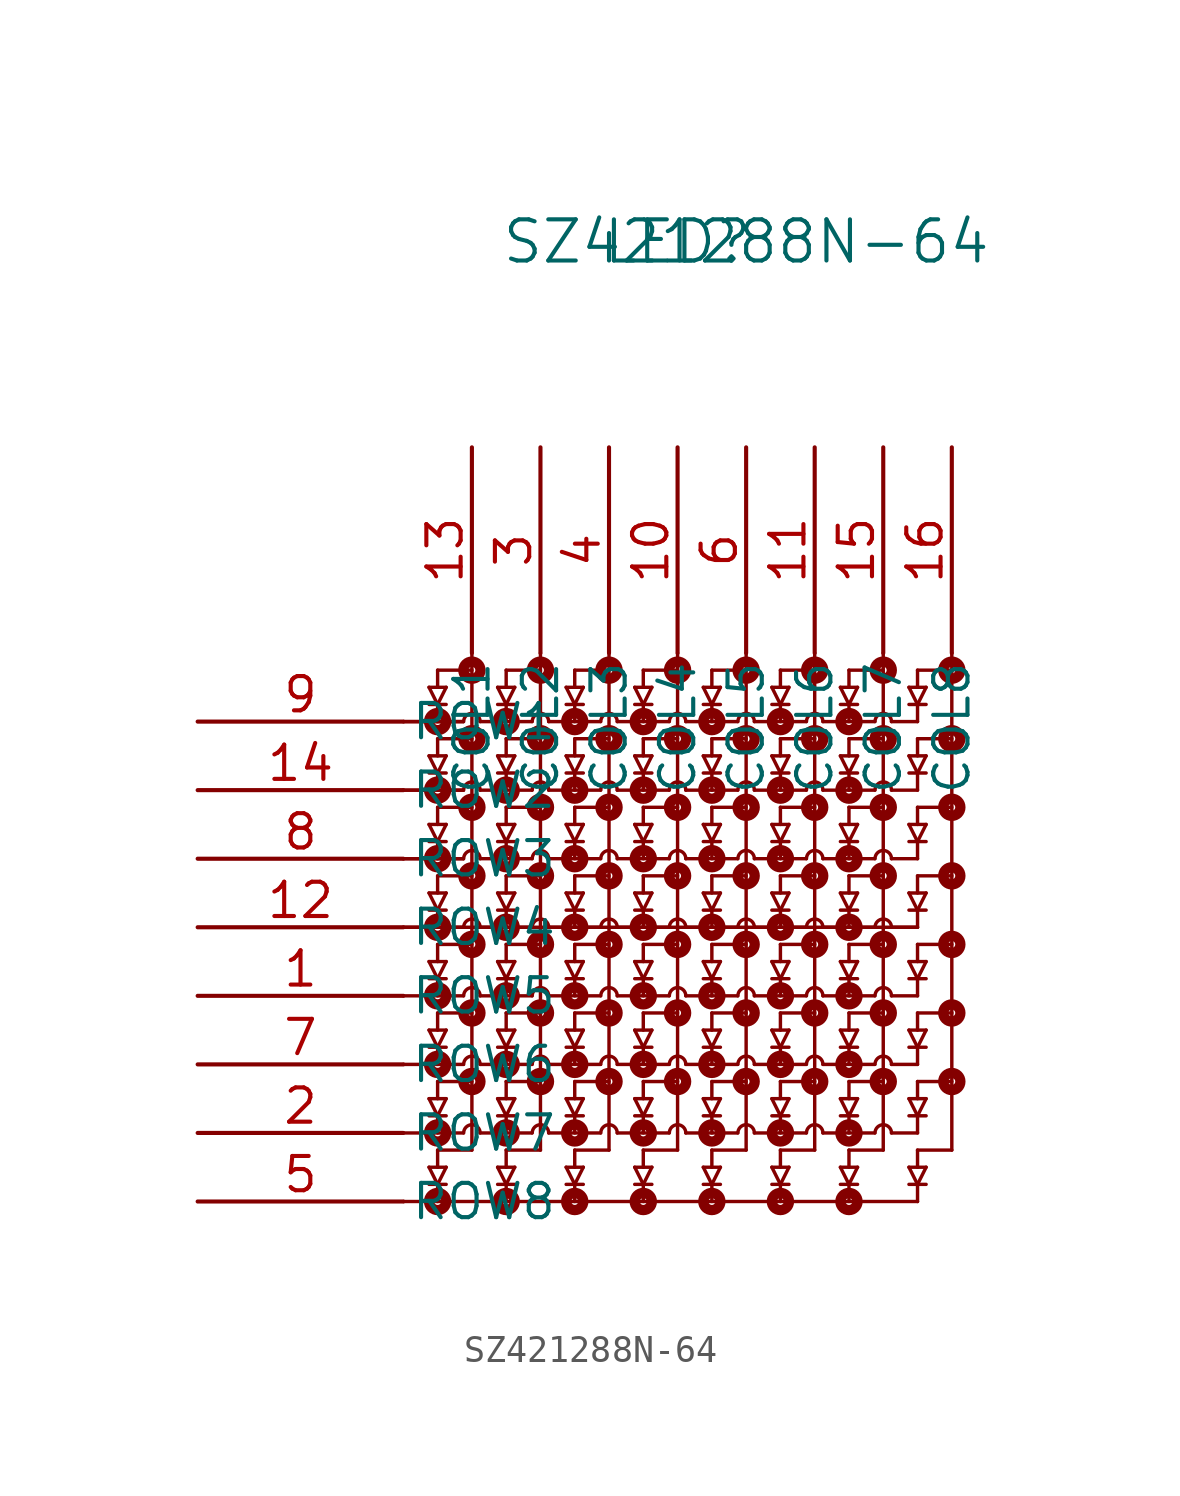
<source format=kicad_sym>
(kicad_symbol_lib
  (version 20231120)
  (generator "kicad_symbol_editor")
  (generator_version "8.0")
  (symbol "SZ421288N-64"
    (pin_names
      (offset 0.254))
    (property "Reference" "LED"
      (at 17.78 17.78 0)
      (effects (font (size 1.524 1.524))))
    (property "Value" "SZ421288N-64"
      (at 20.32 17.78 0)
      (effects (font (size 1.524 1.524))))
    (symbol "SZ421288N-64_0_1"
      (polyline (pts (xy 7.62 -17.78) (xy 26.67 -17.78)) (stroke (width 0.127) (type default)) (fill (type none)))
      (polyline (pts (xy 7.62 -15.24) (xy 9.842 -15.24)) (stroke (width 0.127) (type default)) (fill (type none)))
      (polyline (pts (xy 7.62 -12.7) (xy 9.842 -12.7)) (stroke (width 0.127) (type default)) (fill (type none)))
      (polyline (pts (xy 7.62 -10.16) (xy 9.842 -10.16)) (stroke (width 0.127) (type default)) (fill (type none)))
      (polyline (pts (xy 7.62 -7.62) (xy 9.842 -7.62)) (stroke (width 0.127) (type default)) (fill (type none)))
      (polyline (pts (xy 7.62 -7.62) (xy 26.67 -7.62)) (stroke (width 0.127) (type default)) (fill (type none)))
      (polyline (pts (xy 7.62 -5.08) (xy 9.842 -5.08)) (stroke (width 0.127) (type default)) (fill (type none)))
      (polyline (pts (xy 7.62 -5.08) (xy 9.842 -5.08)) (stroke (width 0.127) (type default)) (fill (type none)))
      (polyline (pts (xy 7.62 -2.54) (xy 9.842 -2.54)) (stroke (width 0.127) (type default)) (fill (type none)))
      (polyline (pts (xy 7.62 -2.54) (xy 9.842 -2.54)) (stroke (width 0.127) (type default)) (fill (type none)))
      (polyline (pts (xy 7.62 0) (xy 9.842 0)) (stroke (width 0.127) (type default)) (fill (type none)))
      (polyline (pts (xy 7.62 0) (xy 9.842 0)) (stroke (width 0.127) (type default)) (fill (type none)))
      (polyline (pts (xy 8.572 -17.145) (xy 9.207 -17.145)) (stroke (width 0.127) (type default)) (fill (type none)))
      (polyline (pts (xy 8.572 -16.51) (xy 8.89 -17.145)) (stroke (width 0.127) (type default)) (fill (type none)))
      (polyline (pts (xy 8.572 -16.51) (xy 9.207 -16.51)) (stroke (width 0.127) (type default)) (fill (type none)))
      (polyline (pts (xy 8.572 -14.605) (xy 9.207 -14.605)) (stroke (width 0.127) (type default)) (fill (type none)))
      (polyline (pts (xy 8.572 -13.97) (xy 8.89 -14.605)) (stroke (width 0.127) (type default)) (fill (type none)))
      (polyline (pts (xy 8.572 -13.97) (xy 9.207 -13.97)) (stroke (width 0.127) (type default)) (fill (type none)))
      (polyline (pts (xy 8.572 -12.065) (xy 9.207 -12.065)) (stroke (width 0.127) (type default)) (fill (type none)))
      (polyline (pts (xy 8.572 -11.43) (xy 8.89 -12.065)) (stroke (width 0.127) (type default)) (fill (type none)))
      (polyline (pts (xy 8.572 -11.43) (xy 9.207 -11.43)) (stroke (width 0.127) (type default)) (fill (type none)))
      (polyline (pts (xy 8.572 -9.525) (xy 9.207 -9.525)) (stroke (width 0.127) (type default)) (fill (type none)))
      (polyline (pts (xy 8.572 -8.89) (xy 8.89 -9.525)) (stroke (width 0.127) (type default)) (fill (type none)))
      (polyline (pts (xy 8.572 -8.89) (xy 9.207 -8.89)) (stroke (width 0.127) (type default)) (fill (type none)))
      (polyline (pts (xy 8.572 -6.985) (xy 9.207 -6.985)) (stroke (width 0.127) (type default)) (fill (type none)))
      (polyline (pts (xy 8.572 -6.35) (xy 8.89 -6.985)) (stroke (width 0.127) (type default)) (fill (type none)))
      (polyline (pts (xy 8.572 -6.35) (xy 9.207 -6.35)) (stroke (width 0.127) (type default)) (fill (type none)))
      (polyline (pts (xy 8.572 -4.445) (xy 9.207 -4.445)) (stroke (width 0.127) (type default)) (fill (type none)))
      (polyline (pts (xy 8.572 -3.81) (xy 8.89 -4.445)) (stroke (width 0.127) (type default)) (fill (type none)))
      (polyline (pts (xy 8.572 -3.81) (xy 9.207 -3.81)) (stroke (width 0.127) (type default)) (fill (type none)))
      (polyline (pts (xy 8.572 -1.905) (xy 9.207 -1.905)) (stroke (width 0.127) (type default)) (fill (type none)))
      (polyline (pts (xy 8.572 -1.27) (xy 8.89 -1.905)) (stroke (width 0.127) (type default)) (fill (type none)))
      (polyline (pts (xy 8.572 -1.27) (xy 9.207 -1.27)) (stroke (width 0.127) (type default)) (fill (type none)))
      (polyline (pts (xy 8.572 0.635) (xy 9.207 0.635)) (stroke (width 0.127) (type default)) (fill (type none)))
      (polyline (pts (xy 8.572 1.27) (xy 8.89 0.635)) (stroke (width 0.127) (type default)) (fill (type none)))
      (polyline (pts (xy 8.572 1.27) (xy 9.207 1.27)) (stroke (width 0.127) (type default)) (fill (type none)))
      (polyline (pts (xy 8.89 -17.145) (xy 8.89 -17.78)) (stroke (width 0.127) (type default)) (fill (type none)))
      (polyline (pts (xy 8.89 -17.145) (xy 9.207 -16.51)) (stroke (width 0.127) (type default)) (fill (type none)))
      (polyline (pts (xy 8.89 -15.875) (xy 8.89 -16.51)) (stroke (width 0.127) (type default)) (fill (type none)))
      (polyline (pts (xy 8.89 -14.605) (xy 8.89 -15.24)) (stroke (width 0.127) (type default)) (fill (type none)))
      (polyline (pts (xy 8.89 -14.605) (xy 9.207 -13.97)) (stroke (width 0.127) (type default)) (fill (type none)))
      (polyline (pts (xy 8.89 -13.335) (xy 8.89 -13.97)) (stroke (width 0.127) (type default)) (fill (type none)))
      (polyline (pts (xy 8.89 -12.065) (xy 8.89 -12.7)) (stroke (width 0.127) (type default)) (fill (type none)))
      (polyline (pts (xy 8.89 -12.065) (xy 9.207 -11.43)) (stroke (width 0.127) (type default)) (fill (type none)))
      (polyline (pts (xy 8.89 -10.795) (xy 8.89 -11.43)) (stroke (width 0.127) (type default)) (fill (type none)))
      (polyline (pts (xy 8.89 -9.525) (xy 8.89 -10.16)) (stroke (width 0.127) (type default)) (fill (type none)))
      (polyline (pts (xy 8.89 -9.525) (xy 9.207 -8.89)) (stroke (width 0.127) (type default)) (fill (type none)))
      (polyline (pts (xy 8.89 -8.255) (xy 8.89 -8.89)) (stroke (width 0.127) (type default)) (fill (type none)))
      (polyline (pts (xy 8.89 -6.985) (xy 8.89 -7.62)) (stroke (width 0.127) (type default)) (fill (type none)))
      (polyline (pts (xy 8.89 -6.985) (xy 9.207 -6.35)) (stroke (width 0.127) (type default)) (fill (type none)))
      (polyline (pts (xy 8.89 -5.715) (xy 8.89 -6.35)) (stroke (width 0.127) (type default)) (fill (type none)))
      (polyline (pts (xy 8.89 -4.445) (xy 8.89 -5.08)) (stroke (width 0.127) (type default)) (fill (type none)))
      (polyline (pts (xy 8.89 -4.445) (xy 9.207 -3.81)) (stroke (width 0.127) (type default)) (fill (type none)))
      (polyline (pts (xy 8.89 -3.175) (xy 8.89 -3.81)) (stroke (width 0.127) (type default)) (fill (type none)))
      (polyline (pts (xy 8.89 -1.905) (xy 8.89 -2.54)) (stroke (width 0.127) (type default)) (fill (type none)))
      (polyline (pts (xy 8.89 -1.905) (xy 9.207 -1.27)) (stroke (width 0.127) (type default)) (fill (type none)))
      (polyline (pts (xy 8.89 -0.635) (xy 8.89 -1.27)) (stroke (width 0.127) (type default)) (fill (type none)))
      (polyline (pts (xy 8.89 0.635) (xy 8.89 0)) (stroke (width 0.127) (type default)) (fill (type none)))
      (polyline (pts (xy 8.89 0.635) (xy 9.207 1.27)) (stroke (width 0.127) (type default)) (fill (type none)))
      (polyline (pts (xy 8.89 1.905) (xy 8.89 1.27)) (stroke (width 0.127) (type default)) (fill (type none)))
      (polyline (pts (xy 10.16 -15.875) (xy 8.89 -15.875)) (stroke (width 0.127) (type default)) (fill (type none)))
      (polyline (pts (xy 10.16 -13.335) (xy 8.89 -13.335)) (stroke (width 0.127) (type default)) (fill (type none)))
      (polyline (pts (xy 10.16 -10.795) (xy 8.89 -10.795)) (stroke (width 0.127) (type default)) (fill (type none)))
      (polyline (pts (xy 10.16 -8.255) (xy 8.89 -8.255)) (stroke (width 0.127) (type default)) (fill (type none)))
      (polyline (pts (xy 10.16 -5.715) (xy 8.89 -5.715)) (stroke (width 0.127) (type default)) (fill (type none)))
      (polyline (pts (xy 10.16 -3.175) (xy 8.89 -3.175)) (stroke (width 0.127) (type default)) (fill (type none)))
      (polyline (pts (xy 10.16 -0.635) (xy 8.89 -0.635)) (stroke (width 0.127) (type default)) (fill (type none)))
      (polyline (pts (xy 10.16 1.905) (xy 8.89 1.905)) (stroke (width 0.127) (type default)) (fill (type none)))
      (polyline (pts (xy 10.16 2.54) (xy 10.16 -15.875)) (stroke (width 0.127) (type default)) (fill (type none)))
      (polyline (pts (xy 10.465 -15.24) (xy 12.383 -15.24)) (stroke (width 0.127) (type default)) (fill (type none)))
      (polyline (pts (xy 10.465 -12.7) (xy 12.383 -12.7)) (stroke (width 0.127) (type default)) (fill (type none)))
      (polyline (pts (xy 10.465 -10.16) (xy 12.383 -10.16)) (stroke (width 0.127) (type default)) (fill (type none)))
      (polyline (pts (xy 10.465 -7.62) (xy 12.383 -7.62)) (stroke (width 0.127) (type default)) (fill (type none)))
      (polyline (pts (xy 10.465 -5.08) (xy 12.383 -5.08)) (stroke (width 0.127) (type default)) (fill (type none)))
      (polyline (pts (xy 10.465 -2.54) (xy 12.383 -2.54)) (stroke (width 0.127) (type default)) (fill (type none)))
      (polyline (pts (xy 10.465 0) (xy 12.383 0)) (stroke (width 0.127) (type default)) (fill (type none)))
      (polyline (pts (xy 11.113 -17.145) (xy 11.748 -17.145)) (stroke (width 0.127) (type default)) (fill (type none)))
      (polyline (pts (xy 11.113 -16.51) (xy 11.43 -17.145)) (stroke (width 0.127) (type default)) (fill (type none)))
      (polyline (pts (xy 11.113 -16.51) (xy 11.748 -16.51)) (stroke (width 0.127) (type default)) (fill (type none)))
      (polyline (pts (xy 11.113 -14.605) (xy 11.748 -14.605)) (stroke (width 0.127) (type default)) (fill (type none)))
      (polyline (pts (xy 11.113 -13.97) (xy 11.43 -14.605)) (stroke (width 0.127) (type default)) (fill (type none)))
      (polyline (pts (xy 11.113 -13.97) (xy 11.748 -13.97)) (stroke (width 0.127) (type default)) (fill (type none)))
      (polyline (pts (xy 11.113 -12.065) (xy 11.748 -12.065)) (stroke (width 0.127) (type default)) (fill (type none)))
      (polyline (pts (xy 11.113 -11.43) (xy 11.43 -12.065)) (stroke (width 0.127) (type default)) (fill (type none)))
      (polyline (pts (xy 11.113 -11.43) (xy 11.748 -11.43)) (stroke (width 0.127) (type default)) (fill (type none)))
      (polyline (pts (xy 11.113 -9.525) (xy 11.748 -9.525)) (stroke (width 0.127) (type default)) (fill (type none)))
      (polyline (pts (xy 11.113 -8.89) (xy 11.43 -9.525)) (stroke (width 0.127) (type default)) (fill (type none)))
      (polyline (pts (xy 11.113 -8.89) (xy 11.748 -8.89)) (stroke (width 0.127) (type default)) (fill (type none)))
      (polyline (pts (xy 11.113 -6.985) (xy 11.748 -6.985)) (stroke (width 0.127) (type default)) (fill (type none)))
      (polyline (pts (xy 11.113 -6.35) (xy 11.43 -6.985)) (stroke (width 0.127) (type default)) (fill (type none)))
      (polyline (pts (xy 11.113 -6.35) (xy 11.748 -6.35)) (stroke (width 0.127) (type default)) (fill (type none)))
      (polyline (pts (xy 11.113 -4.445) (xy 11.748 -4.445)) (stroke (width 0.127) (type default)) (fill (type none)))
      (polyline (pts (xy 11.113 -3.81) (xy 11.43 -4.445)) (stroke (width 0.127) (type default)) (fill (type none)))
      (polyline (pts (xy 11.113 -3.81) (xy 11.748 -3.81)) (stroke (width 0.127) (type default)) (fill (type none)))
      (polyline (pts (xy 11.113 -1.905) (xy 11.748 -1.905)) (stroke (width 0.127) (type default)) (fill (type none)))
      (polyline (pts (xy 11.113 -1.27) (xy 11.43 -1.905)) (stroke (width 0.127) (type default)) (fill (type none)))
      (polyline (pts (xy 11.113 -1.27) (xy 11.748 -1.27)) (stroke (width 0.127) (type default)) (fill (type none)))
      (polyline (pts (xy 11.113 0.635) (xy 11.748 0.635)) (stroke (width 0.127) (type default)) (fill (type none)))
      (polyline (pts (xy 11.113 1.27) (xy 11.43 0.635)) (stroke (width 0.127) (type default)) (fill (type none)))
      (polyline (pts (xy 11.113 1.27) (xy 11.748 1.27)) (stroke (width 0.127) (type default)) (fill (type none)))
      (polyline (pts (xy 11.43 -17.145) (xy 11.43 -17.78)) (stroke (width 0.127) (type default)) (fill (type none)))
      (polyline (pts (xy 11.43 -17.145) (xy 11.748 -16.51)) (stroke (width 0.127) (type default)) (fill (type none)))
      (polyline (pts (xy 11.43 -15.875) (xy 11.43 -16.51)) (stroke (width 0.127) (type default)) (fill (type none)))
      (polyline (pts (xy 11.43 -14.605) (xy 11.43 -15.24)) (stroke (width 0.127) (type default)) (fill (type none)))
      (polyline (pts (xy 11.43 -14.605) (xy 11.748 -13.97)) (stroke (width 0.127) (type default)) (fill (type none)))
      (polyline (pts (xy 11.43 -13.335) (xy 11.43 -13.97)) (stroke (width 0.127) (type default)) (fill (type none)))
      (polyline (pts (xy 11.43 -12.065) (xy 11.43 -12.7)) (stroke (width 0.127) (type default)) (fill (type none)))
      (polyline (pts (xy 11.43 -12.065) (xy 11.748 -11.43)) (stroke (width 0.127) (type default)) (fill (type none)))
      (polyline (pts (xy 11.43 -10.795) (xy 11.43 -11.43)) (stroke (width 0.127) (type default)) (fill (type none)))
      (polyline (pts (xy 11.43 -9.525) (xy 11.43 -10.16)) (stroke (width 0.127) (type default)) (fill (type none)))
      (polyline (pts (xy 11.43 -9.525) (xy 11.748 -8.89)) (stroke (width 0.127) (type default)) (fill (type none)))
      (polyline (pts (xy 11.43 -8.255) (xy 11.43 -8.89)) (stroke (width 0.127) (type default)) (fill (type none)))
      (polyline (pts (xy 11.43 -6.985) (xy 11.43 -7.62)) (stroke (width 0.127) (type default)) (fill (type none)))
      (polyline (pts (xy 11.43 -6.985) (xy 11.748 -6.35)) (stroke (width 0.127) (type default)) (fill (type none)))
      (polyline (pts (xy 11.43 -5.715) (xy 11.43 -6.35)) (stroke (width 0.127) (type default)) (fill (type none)))
      (polyline (pts (xy 11.43 -4.445) (xy 11.43 -5.08)) (stroke (width 0.127) (type default)) (fill (type none)))
      (polyline (pts (xy 11.43 -4.445) (xy 11.748 -3.81)) (stroke (width 0.127) (type default)) (fill (type none)))
      (polyline (pts (xy 11.43 -3.175) (xy 11.43 -3.81)) (stroke (width 0.127) (type default)) (fill (type none)))
      (polyline (pts (xy 11.43 -1.905) (xy 11.43 -2.54)) (stroke (width 0.127) (type default)) (fill (type none)))
      (polyline (pts (xy 11.43 -1.905) (xy 11.748 -1.27)) (stroke (width 0.127) (type default)) (fill (type none)))
      (polyline (pts (xy 11.43 -0.635) (xy 11.43 -1.27)) (stroke (width 0.127) (type default)) (fill (type none)))
      (polyline (pts (xy 11.43 0.635) (xy 11.43 0)) (stroke (width 0.127) (type default)) (fill (type none)))
      (polyline (pts (xy 11.43 0.635) (xy 11.748 1.27)) (stroke (width 0.127) (type default)) (fill (type none)))
      (polyline (pts (xy 11.43 1.905) (xy 11.43 1.27)) (stroke (width 0.127) (type default)) (fill (type none)))
      (polyline (pts (xy 12.7 -15.875) (xy 11.43 -15.875)) (stroke (width 0.127) (type default)) (fill (type none)))
      (polyline (pts (xy 12.7 -15.875) (xy 12.7 2.54)) (stroke (width 0.127) (type default)) (fill (type none)))
      (polyline (pts (xy 12.7 -13.335) (xy 11.43 -13.335)) (stroke (width 0.127) (type default)) (fill (type none)))
      (polyline (pts (xy 12.7 -10.795) (xy 11.43 -10.795)) (stroke (width 0.127) (type default)) (fill (type none)))
      (polyline (pts (xy 12.7 -8.255) (xy 11.43 -8.255)) (stroke (width 0.127) (type default)) (fill (type none)))
      (polyline (pts (xy 12.7 -5.715) (xy 11.43 -5.715)) (stroke (width 0.127) (type default)) (fill (type none)))
      (polyline (pts (xy 12.7 -3.175) (xy 11.43 -3.175)) (stroke (width 0.127) (type default)) (fill (type none)))
      (polyline (pts (xy 12.7 -0.635) (xy 11.43 -0.635)) (stroke (width 0.127) (type default)) (fill (type none)))
      (polyline (pts (xy 12.7 1.905) (xy 11.43 1.905)) (stroke (width 0.127) (type default)) (fill (type none)))
      (polyline (pts (xy 13.005 -15.24) (xy 14.922 -15.24)) (stroke (width 0.127) (type default)) (fill (type none)))
      (polyline (pts (xy 13.005 -12.7) (xy 14.922 -12.7)) (stroke (width 0.127) (type default)) (fill (type none)))
      (polyline (pts (xy 13.005 -10.16) (xy 14.922 -10.16)) (stroke (width 0.127) (type default)) (fill (type none)))
      (polyline (pts (xy 13.005 -7.62) (xy 14.922 -7.62)) (stroke (width 0.127) (type default)) (fill (type none)))
      (polyline (pts (xy 13.005 -5.08) (xy 14.922 -5.08)) (stroke (width 0.127) (type default)) (fill (type none)))
      (polyline (pts (xy 13.005 -2.54) (xy 14.922 -2.54)) (stroke (width 0.127) (type default)) (fill (type none)))
      (polyline (pts (xy 13.005 0) (xy 14.922 0)) (stroke (width 0.127) (type default)) (fill (type none)))
      (polyline (pts (xy 13.652 -17.145) (xy 14.287 -17.145)) (stroke (width 0.127) (type default)) (fill (type none)))
      (polyline (pts (xy 13.652 -16.51) (xy 13.97 -17.145)) (stroke (width 0.127) (type default)) (fill (type none)))
      (polyline (pts (xy 13.652 -16.51) (xy 14.287 -16.51)) (stroke (width 0.127) (type default)) (fill (type none)))
      (polyline (pts (xy 13.652 -14.605) (xy 14.287 -14.605)) (stroke (width 0.127) (type default)) (fill (type none)))
      (polyline (pts (xy 13.652 -13.97) (xy 13.97 -14.605)) (stroke (width 0.127) (type default)) (fill (type none)))
      (polyline (pts (xy 13.652 -13.97) (xy 14.287 -13.97)) (stroke (width 0.127) (type default)) (fill (type none)))
      (polyline (pts (xy 13.652 -12.065) (xy 14.287 -12.065)) (stroke (width 0.127) (type default)) (fill (type none)))
      (polyline (pts (xy 13.652 -11.43) (xy 13.97 -12.065)) (stroke (width 0.127) (type default)) (fill (type none)))
      (polyline (pts (xy 13.652 -11.43) (xy 14.287 -11.43)) (stroke (width 0.127) (type default)) (fill (type none)))
      (polyline (pts (xy 13.652 -9.525) (xy 14.287 -9.525)) (stroke (width 0.127) (type default)) (fill (type none)))
      (polyline (pts (xy 13.652 -8.89) (xy 13.97 -9.525)) (stroke (width 0.127) (type default)) (fill (type none)))
      (polyline (pts (xy 13.652 -8.89) (xy 14.287 -8.89)) (stroke (width 0.127) (type default)) (fill (type none)))
      (polyline (pts (xy 13.652 -6.985) (xy 14.287 -6.985)) (stroke (width 0.127) (type default)) (fill (type none)))
      (polyline (pts (xy 13.652 -6.35) (xy 13.97 -6.985)) (stroke (width 0.127) (type default)) (fill (type none)))
      (polyline (pts (xy 13.652 -6.35) (xy 14.287 -6.35)) (stroke (width 0.127) (type default)) (fill (type none)))
      (polyline (pts (xy 13.652 -4.445) (xy 14.287 -4.445)) (stroke (width 0.127) (type default)) (fill (type none)))
      (polyline (pts (xy 13.652 -3.81) (xy 13.97 -4.445)) (stroke (width 0.127) (type default)) (fill (type none)))
      (polyline (pts (xy 13.652 -3.81) (xy 14.287 -3.81)) (stroke (width 0.127) (type default)) (fill (type none)))
      (polyline (pts (xy 13.652 -1.905) (xy 14.287 -1.905)) (stroke (width 0.127) (type default)) (fill (type none)))
      (polyline (pts (xy 13.652 -1.27) (xy 13.97 -1.905)) (stroke (width 0.127) (type default)) (fill (type none)))
      (polyline (pts (xy 13.652 -1.27) (xy 14.287 -1.27)) (stroke (width 0.127) (type default)) (fill (type none)))
      (polyline (pts (xy 13.652 0.635) (xy 14.287 0.635)) (stroke (width 0.127) (type default)) (fill (type none)))
      (polyline (pts (xy 13.652 1.27) (xy 13.97 0.635)) (stroke (width 0.127) (type default)) (fill (type none)))
      (polyline (pts (xy 13.652 1.27) (xy 14.287 1.27)) (stroke (width 0.127) (type default)) (fill (type none)))
      (polyline (pts (xy 13.97 -17.145) (xy 13.97 -17.78)) (stroke (width 0.127) (type default)) (fill (type none)))
      (polyline (pts (xy 13.97 -17.145) (xy 14.287 -16.51)) (stroke (width 0.127) (type default)) (fill (type none)))
      (polyline (pts (xy 13.97 -15.875) (xy 13.97 -16.51)) (stroke (width 0.127) (type default)) (fill (type none)))
      (polyline (pts (xy 13.97 -14.605) (xy 13.97 -15.24)) (stroke (width 0.127) (type default)) (fill (type none)))
      (polyline (pts (xy 13.97 -14.605) (xy 14.287 -13.97)) (stroke (width 0.127) (type default)) (fill (type none)))
      (polyline (pts (xy 13.97 -13.335) (xy 13.97 -13.97)) (stroke (width 0.127) (type default)) (fill (type none)))
      (polyline (pts (xy 13.97 -12.065) (xy 13.97 -12.7)) (stroke (width 0.127) (type default)) (fill (type none)))
      (polyline (pts (xy 13.97 -12.065) (xy 14.287 -11.43)) (stroke (width 0.127) (type default)) (fill (type none)))
      (polyline (pts (xy 13.97 -10.795) (xy 13.97 -11.43)) (stroke (width 0.127) (type default)) (fill (type none)))
      (polyline (pts (xy 13.97 -9.525) (xy 13.97 -10.16)) (stroke (width 0.127) (type default)) (fill (type none)))
      (polyline (pts (xy 13.97 -9.525) (xy 14.287 -8.89)) (stroke (width 0.127) (type default)) (fill (type none)))
      (polyline (pts (xy 13.97 -8.255) (xy 13.97 -8.89)) (stroke (width 0.127) (type default)) (fill (type none)))
      (polyline (pts (xy 13.97 -6.985) (xy 13.97 -7.62)) (stroke (width 0.127) (type default)) (fill (type none)))
      (polyline (pts (xy 13.97 -6.985) (xy 14.287 -6.35)) (stroke (width 0.127) (type default)) (fill (type none)))
      (polyline (pts (xy 13.97 -5.715) (xy 13.97 -6.35)) (stroke (width 0.127) (type default)) (fill (type none)))
      (polyline (pts (xy 13.97 -4.445) (xy 13.97 -5.08)) (stroke (width 0.127) (type default)) (fill (type none)))
      (polyline (pts (xy 13.97 -4.445) (xy 14.287 -3.81)) (stroke (width 0.127) (type default)) (fill (type none)))
      (polyline (pts (xy 13.97 -3.175) (xy 13.97 -3.81)) (stroke (width 0.127) (type default)) (fill (type none)))
      (polyline (pts (xy 13.97 -1.905) (xy 13.97 -2.54)) (stroke (width 0.127) (type default)) (fill (type none)))
      (polyline (pts (xy 13.97 -1.905) (xy 14.287 -1.27)) (stroke (width 0.127) (type default)) (fill (type none)))
      (polyline (pts (xy 13.97 -0.635) (xy 13.97 -1.27)) (stroke (width 0.127) (type default)) (fill (type none)))
      (polyline (pts (xy 13.97 0.635) (xy 13.97 0)) (stroke (width 0.127) (type default)) (fill (type none)))
      (polyline (pts (xy 13.97 0.635) (xy 14.287 1.27)) (stroke (width 0.127) (type default)) (fill (type none)))
      (polyline (pts (xy 13.97 1.905) (xy 13.97 1.27)) (stroke (width 0.127) (type default)) (fill (type none)))
      (polyline (pts (xy 15.24 -15.875) (xy 13.97 -15.875)) (stroke (width 0.127) (type default)) (fill (type none)))
      (polyline (pts (xy 15.24 -13.335) (xy 13.97 -13.335)) (stroke (width 0.127) (type default)) (fill (type none)))
      (polyline (pts (xy 15.24 -10.795) (xy 13.97 -10.795)) (stroke (width 0.127) (type default)) (fill (type none)))
      (polyline (pts (xy 15.24 -8.255) (xy 13.97 -8.255)) (stroke (width 0.127) (type default)) (fill (type none)))
      (polyline (pts (xy 15.24 -5.715) (xy 13.97 -5.715)) (stroke (width 0.127) (type default)) (fill (type none)))
      (polyline (pts (xy 15.24 -3.175) (xy 13.97 -3.175)) (stroke (width 0.127) (type default)) (fill (type none)))
      (polyline (pts (xy 15.24 -0.635) (xy 13.97 -0.635)) (stroke (width 0.127) (type default)) (fill (type none)))
      (polyline (pts (xy 15.24 1.905) (xy 13.97 1.905)) (stroke (width 0.127) (type default)) (fill (type none)))
      (polyline (pts (xy 15.24 2.54) (xy 15.24 -15.875)) (stroke (width 0.127) (type default)) (fill (type none)))
      (polyline (pts (xy 15.545 -15.24) (xy 17.462 -15.24)) (stroke (width 0.127) (type default)) (fill (type none)))
      (polyline (pts (xy 15.545 -12.7) (xy 17.462 -12.7)) (stroke (width 0.127) (type default)) (fill (type none)))
      (polyline (pts (xy 15.545 -10.16) (xy 17.462 -10.16)) (stroke (width 0.127) (type default)) (fill (type none)))
      (polyline (pts (xy 15.545 -7.62) (xy 17.462 -7.62)) (stroke (width 0.127) (type default)) (fill (type none)))
      (polyline (pts (xy 15.545 -5.08) (xy 17.462 -5.08)) (stroke (width 0.127) (type default)) (fill (type none)))
      (polyline (pts (xy 15.545 -2.54) (xy 17.462 -2.54)) (stroke (width 0.127) (type default)) (fill (type none)))
      (polyline (pts (xy 15.545 0) (xy 17.462 0)) (stroke (width 0.127) (type default)) (fill (type none)))
      (polyline (pts (xy 16.192 -17.145) (xy 16.828 -17.145)) (stroke (width 0.127) (type default)) (fill (type none)))
      (polyline (pts (xy 16.192 -16.51) (xy 16.51 -17.145)) (stroke (width 0.127) (type default)) (fill (type none)))
      (polyline (pts (xy 16.192 -16.51) (xy 16.828 -16.51)) (stroke (width 0.127) (type default)) (fill (type none)))
      (polyline (pts (xy 16.192 -14.605) (xy 16.828 -14.605)) (stroke (width 0.127) (type default)) (fill (type none)))
      (polyline (pts (xy 16.192 -13.97) (xy 16.51 -14.605)) (stroke (width 0.127) (type default)) (fill (type none)))
      (polyline (pts (xy 16.192 -13.97) (xy 16.828 -13.97)) (stroke (width 0.127) (type default)) (fill (type none)))
      (polyline (pts (xy 16.192 -12.065) (xy 16.828 -12.065)) (stroke (width 0.127) (type default)) (fill (type none)))
      (polyline (pts (xy 16.192 -11.43) (xy 16.51 -12.065)) (stroke (width 0.127) (type default)) (fill (type none)))
      (polyline (pts (xy 16.192 -11.43) (xy 16.828 -11.43)) (stroke (width 0.127) (type default)) (fill (type none)))
      (polyline (pts (xy 16.192 -9.525) (xy 16.828 -9.525)) (stroke (width 0.127) (type default)) (fill (type none)))
      (polyline (pts (xy 16.192 -8.89) (xy 16.51 -9.525)) (stroke (width 0.127) (type default)) (fill (type none)))
      (polyline (pts (xy 16.192 -8.89) (xy 16.828 -8.89)) (stroke (width 0.127) (type default)) (fill (type none)))
      (polyline (pts (xy 16.192 -6.985) (xy 16.828 -6.985)) (stroke (width 0.127) (type default)) (fill (type none)))
      (polyline (pts (xy 16.192 -6.35) (xy 16.51 -6.985)) (stroke (width 0.127) (type default)) (fill (type none)))
      (polyline (pts (xy 16.192 -6.35) (xy 16.828 -6.35)) (stroke (width 0.127) (type default)) (fill (type none)))
      (polyline (pts (xy 16.192 -4.445) (xy 16.828 -4.445)) (stroke (width 0.127) (type default)) (fill (type none)))
      (polyline (pts (xy 16.192 -3.81) (xy 16.51 -4.445)) (stroke (width 0.127) (type default)) (fill (type none)))
      (polyline (pts (xy 16.192 -3.81) (xy 16.828 -3.81)) (stroke (width 0.127) (type default)) (fill (type none)))
      (polyline (pts (xy 16.192 -1.905) (xy 16.828 -1.905)) (stroke (width 0.127) (type default)) (fill (type none)))
      (polyline (pts (xy 16.192 -1.27) (xy 16.51 -1.905)) (stroke (width 0.127) (type default)) (fill (type none)))
      (polyline (pts (xy 16.192 -1.27) (xy 16.828 -1.27)) (stroke (width 0.127) (type default)) (fill (type none)))
      (polyline (pts (xy 16.192 0.635) (xy 16.828 0.635)) (stroke (width 0.127) (type default)) (fill (type none)))
      (polyline (pts (xy 16.192 1.27) (xy 16.51 0.635)) (stroke (width 0.127) (type default)) (fill (type none)))
      (polyline (pts (xy 16.192 1.27) (xy 16.828 1.27)) (stroke (width 0.127) (type default)) (fill (type none)))
      (polyline (pts (xy 16.51 -17.145) (xy 16.51 -17.78)) (stroke (width 0.127) (type default)) (fill (type none)))
      (polyline (pts (xy 16.51 -17.145) (xy 16.828 -16.51)) (stroke (width 0.127) (type default)) (fill (type none)))
      (polyline (pts (xy 16.51 -15.875) (xy 16.51 -16.51)) (stroke (width 0.127) (type default)) (fill (type none)))
      (polyline (pts (xy 16.51 -14.605) (xy 16.51 -15.24)) (stroke (width 0.127) (type default)) (fill (type none)))
      (polyline (pts (xy 16.51 -14.605) (xy 16.828 -13.97)) (stroke (width 0.127) (type default)) (fill (type none)))
      (polyline (pts (xy 16.51 -13.335) (xy 16.51 -13.97)) (stroke (width 0.127) (type default)) (fill (type none)))
      (polyline (pts (xy 16.51 -12.065) (xy 16.51 -12.7)) (stroke (width 0.127) (type default)) (fill (type none)))
      (polyline (pts (xy 16.51 -12.065) (xy 16.828 -11.43)) (stroke (width 0.127) (type default)) (fill (type none)))
      (polyline (pts (xy 16.51 -10.795) (xy 16.51 -11.43)) (stroke (width 0.127) (type default)) (fill (type none)))
      (polyline (pts (xy 16.51 -9.525) (xy 16.51 -10.16)) (stroke (width 0.127) (type default)) (fill (type none)))
      (polyline (pts (xy 16.51 -9.525) (xy 16.828 -8.89)) (stroke (width 0.127) (type default)) (fill (type none)))
      (polyline (pts (xy 16.51 -8.255) (xy 16.51 -8.89)) (stroke (width 0.127) (type default)) (fill (type none)))
      (polyline (pts (xy 16.51 -6.985) (xy 16.51 -7.62)) (stroke (width 0.127) (type default)) (fill (type none)))
      (polyline (pts (xy 16.51 -6.985) (xy 16.828 -6.35)) (stroke (width 0.127) (type default)) (fill (type none)))
      (polyline (pts (xy 16.51 -5.715) (xy 16.51 -6.35)) (stroke (width 0.127) (type default)) (fill (type none)))
      (polyline (pts (xy 16.51 -4.445) (xy 16.51 -5.08)) (stroke (width 0.127) (type default)) (fill (type none)))
      (polyline (pts (xy 16.51 -4.445) (xy 16.828 -3.81)) (stroke (width 0.127) (type default)) (fill (type none)))
      (polyline (pts (xy 16.51 -3.175) (xy 16.51 -3.81)) (stroke (width 0.127) (type default)) (fill (type none)))
      (polyline (pts (xy 16.51 -1.905) (xy 16.51 -2.54)) (stroke (width 0.127) (type default)) (fill (type none)))
      (polyline (pts (xy 16.51 -1.905) (xy 16.828 -1.27)) (stroke (width 0.127) (type default)) (fill (type none)))
      (polyline (pts (xy 16.51 -0.635) (xy 16.51 -1.27)) (stroke (width 0.127) (type default)) (fill (type none)))
      (polyline (pts (xy 16.51 0.635) (xy 16.51 0)) (stroke (width 0.127) (type default)) (fill (type none)))
      (polyline (pts (xy 16.51 0.635) (xy 16.828 1.27)) (stroke (width 0.127) (type default)) (fill (type none)))
      (polyline (pts (xy 16.51 1.905) (xy 16.51 1.27)) (stroke (width 0.127) (type default)) (fill (type none)))
      (polyline (pts (xy 17.78 -15.875) (xy 16.51 -15.875)) (stroke (width 0.127) (type default)) (fill (type none)))
      (polyline (pts (xy 17.78 -15.875) (xy 17.78 2.54)) (stroke (width 0.127) (type default)) (fill (type none)))
      (polyline (pts (xy 17.78 -13.335) (xy 16.51 -13.335)) (stroke (width 0.127) (type default)) (fill (type none)))
      (polyline (pts (xy 17.78 -10.795) (xy 16.51 -10.795)) (stroke (width 0.127) (type default)) (fill (type none)))
      (polyline (pts (xy 17.78 -8.255) (xy 16.51 -8.255)) (stroke (width 0.127) (type default)) (fill (type none)))
      (polyline (pts (xy 17.78 -5.715) (xy 16.51 -5.715)) (stroke (width 0.127) (type default)) (fill (type none)))
      (polyline (pts (xy 17.78 -3.175) (xy 16.51 -3.175)) (stroke (width 0.127) (type default)) (fill (type none)))
      (polyline (pts (xy 17.78 -0.635) (xy 16.51 -0.635)) (stroke (width 0.127) (type default)) (fill (type none)))
      (polyline (pts (xy 17.78 1.905) (xy 16.51 1.905)) (stroke (width 0.127) (type default)) (fill (type none)))
      (polyline (pts (xy 18.085 -15.24) (xy 20.003 -15.24)) (stroke (width 0.127) (type default)) (fill (type none)))
      (polyline (pts (xy 18.085 -12.7) (xy 20.003 -12.7)) (stroke (width 0.127) (type default)) (fill (type none)))
      (polyline (pts (xy 18.085 -10.16) (xy 20.003 -10.16)) (stroke (width 0.127) (type default)) (fill (type none)))
      (polyline (pts (xy 18.085 -7.62) (xy 20.003 -7.62)) (stroke (width 0.127) (type default)) (fill (type none)))
      (polyline (pts (xy 18.085 -5.08) (xy 20.003 -5.08)) (stroke (width 0.127) (type default)) (fill (type none)))
      (polyline (pts (xy 18.085 -2.54) (xy 20.003 -2.54)) (stroke (width 0.127) (type default)) (fill (type none)))
      (polyline (pts (xy 18.085 0) (xy 20.003 0)) (stroke (width 0.127) (type default)) (fill (type none)))
      (polyline (pts (xy 18.733 -17.145) (xy 19.367 -17.145)) (stroke (width 0.127) (type default)) (fill (type none)))
      (polyline (pts (xy 18.733 -16.51) (xy 19.05 -17.145)) (stroke (width 0.127) (type default)) (fill (type none)))
      (polyline (pts (xy 18.733 -16.51) (xy 19.367 -16.51)) (stroke (width 0.127) (type default)) (fill (type none)))
      (polyline (pts (xy 18.733 -14.605) (xy 19.367 -14.605)) (stroke (width 0.127) (type default)) (fill (type none)))
      (polyline (pts (xy 18.733 -13.97) (xy 19.05 -14.605)) (stroke (width 0.127) (type default)) (fill (type none)))
      (polyline (pts (xy 18.733 -13.97) (xy 19.367 -13.97)) (stroke (width 0.127) (type default)) (fill (type none)))
      (polyline (pts (xy 18.733 -12.065) (xy 19.367 -12.065)) (stroke (width 0.127) (type default)) (fill (type none)))
      (polyline (pts (xy 18.733 -11.43) (xy 19.05 -12.065)) (stroke (width 0.127) (type default)) (fill (type none)))
      (polyline (pts (xy 18.733 -11.43) (xy 19.367 -11.43)) (stroke (width 0.127) (type default)) (fill (type none)))
      (polyline (pts (xy 18.733 -9.525) (xy 19.367 -9.525)) (stroke (width 0.127) (type default)) (fill (type none)))
      (polyline (pts (xy 18.733 -8.89) (xy 19.05 -9.525)) (stroke (width 0.127) (type default)) (fill (type none)))
      (polyline (pts (xy 18.733 -8.89) (xy 19.367 -8.89)) (stroke (width 0.127) (type default)) (fill (type none)))
      (polyline (pts (xy 18.733 -6.985) (xy 19.367 -6.985)) (stroke (width 0.127) (type default)) (fill (type none)))
      (polyline (pts (xy 18.733 -6.35) (xy 19.05 -6.985)) (stroke (width 0.127) (type default)) (fill (type none)))
      (polyline (pts (xy 18.733 -6.35) (xy 19.367 -6.35)) (stroke (width 0.127) (type default)) (fill (type none)))
      (polyline (pts (xy 18.733 -4.445) (xy 19.367 -4.445)) (stroke (width 0.127) (type default)) (fill (type none)))
      (polyline (pts (xy 18.733 -3.81) (xy 19.05 -4.445)) (stroke (width 0.127) (type default)) (fill (type none)))
      (polyline (pts (xy 18.733 -3.81) (xy 19.367 -3.81)) (stroke (width 0.127) (type default)) (fill (type none)))
      (polyline (pts (xy 18.733 -1.905) (xy 19.367 -1.905)) (stroke (width 0.127) (type default)) (fill (type none)))
      (polyline (pts (xy 18.733 -1.27) (xy 19.05 -1.905)) (stroke (width 0.127) (type default)) (fill (type none)))
      (polyline (pts (xy 18.733 -1.27) (xy 19.367 -1.27)) (stroke (width 0.127) (type default)) (fill (type none)))
      (polyline (pts (xy 18.733 0.635) (xy 19.367 0.635)) (stroke (width 0.127) (type default)) (fill (type none)))
      (polyline (pts (xy 18.733 1.27) (xy 19.05 0.635)) (stroke (width 0.127) (type default)) (fill (type none)))
      (polyline (pts (xy 18.733 1.27) (xy 19.367 1.27)) (stroke (width 0.127) (type default)) (fill (type none)))
      (polyline (pts (xy 19.05 -17.145) (xy 19.05 -17.78)) (stroke (width 0.127) (type default)) (fill (type none)))
      (polyline (pts (xy 19.05 -17.145) (xy 19.367 -16.51)) (stroke (width 0.127) (type default)) (fill (type none)))
      (polyline (pts (xy 19.05 -15.875) (xy 19.05 -16.51)) (stroke (width 0.127) (type default)) (fill (type none)))
      (polyline (pts (xy 19.05 -14.605) (xy 19.05 -15.24)) (stroke (width 0.127) (type default)) (fill (type none)))
      (polyline (pts (xy 19.05 -14.605) (xy 19.367 -13.97)) (stroke (width 0.127) (type default)) (fill (type none)))
      (polyline (pts (xy 19.05 -13.335) (xy 19.05 -13.97)) (stroke (width 0.127) (type default)) (fill (type none)))
      (polyline (pts (xy 19.05 -12.065) (xy 19.05 -12.7)) (stroke (width 0.127) (type default)) (fill (type none)))
      (polyline (pts (xy 19.05 -12.065) (xy 19.367 -11.43)) (stroke (width 0.127) (type default)) (fill (type none)))
      (polyline (pts (xy 19.05 -10.795) (xy 19.05 -11.43)) (stroke (width 0.127) (type default)) (fill (type none)))
      (polyline (pts (xy 19.05 -9.525) (xy 19.05 -10.16)) (stroke (width 0.127) (type default)) (fill (type none)))
      (polyline (pts (xy 19.05 -9.525) (xy 19.367 -8.89)) (stroke (width 0.127) (type default)) (fill (type none)))
      (polyline (pts (xy 19.05 -8.255) (xy 19.05 -8.89)) (stroke (width 0.127) (type default)) (fill (type none)))
      (polyline (pts (xy 19.05 -6.985) (xy 19.05 -7.62)) (stroke (width 0.127) (type default)) (fill (type none)))
      (polyline (pts (xy 19.05 -6.985) (xy 19.367 -6.35)) (stroke (width 0.127) (type default)) (fill (type none)))
      (polyline (pts (xy 19.05 -5.715) (xy 19.05 -6.35)) (stroke (width 0.127) (type default)) (fill (type none)))
      (polyline (pts (xy 19.05 -4.445) (xy 19.05 -5.08)) (stroke (width 0.127) (type default)) (fill (type none)))
      (polyline (pts (xy 19.05 -4.445) (xy 19.367 -3.81)) (stroke (width 0.127) (type default)) (fill (type none)))
      (polyline (pts (xy 19.05 -3.175) (xy 19.05 -3.81)) (stroke (width 0.127) (type default)) (fill (type none)))
      (polyline (pts (xy 19.05 -1.905) (xy 19.05 -2.54)) (stroke (width 0.127) (type default)) (fill (type none)))
      (polyline (pts (xy 19.05 -1.905) (xy 19.367 -1.27)) (stroke (width 0.127) (type default)) (fill (type none)))
      (polyline (pts (xy 19.05 -0.635) (xy 19.05 -1.27)) (stroke (width 0.127) (type default)) (fill (type none)))
      (polyline (pts (xy 19.05 0.635) (xy 19.05 0)) (stroke (width 0.127) (type default)) (fill (type none)))
      (polyline (pts (xy 19.05 0.635) (xy 19.367 1.27)) (stroke (width 0.127) (type default)) (fill (type none)))
      (polyline (pts (xy 19.05 1.905) (xy 19.05 1.27)) (stroke (width 0.127) (type default)) (fill (type none)))
      (polyline (pts (xy 20.32 -15.875) (xy 19.05 -15.875)) (stroke (width 0.127) (type default)) (fill (type none)))
      (polyline (pts (xy 20.32 -13.335) (xy 19.05 -13.335)) (stroke (width 0.127) (type default)) (fill (type none)))
      (polyline (pts (xy 20.32 -10.795) (xy 19.05 -10.795)) (stroke (width 0.127) (type default)) (fill (type none)))
      (polyline (pts (xy 20.32 -8.255) (xy 19.05 -8.255)) (stroke (width 0.127) (type default)) (fill (type none)))
      (polyline (pts (xy 20.32 -5.715) (xy 19.05 -5.715)) (stroke (width 0.127) (type default)) (fill (type none)))
      (polyline (pts (xy 20.32 -3.175) (xy 19.05 -3.175)) (stroke (width 0.127) (type default)) (fill (type none)))
      (polyline (pts (xy 20.32 -0.635) (xy 19.05 -0.635)) (stroke (width 0.127) (type default)) (fill (type none)))
      (polyline (pts (xy 20.32 1.905) (xy 19.05 1.905)) (stroke (width 0.127) (type default)) (fill (type none)))
      (polyline (pts (xy 20.32 2.54) (xy 20.32 -15.875)) (stroke (width 0.127) (type default)) (fill (type none)))
      (polyline (pts (xy 20.625 -15.24) (xy 22.543 -15.24)) (stroke (width 0.127) (type default)) (fill (type none)))
      (polyline (pts (xy 20.625 -12.7) (xy 22.543 -12.7)) (stroke (width 0.127) (type default)) (fill (type none)))
      (polyline (pts (xy 20.625 -10.16) (xy 22.543 -10.16)) (stroke (width 0.127) (type default)) (fill (type none)))
      (polyline (pts (xy 20.625 -7.62) (xy 22.543 -7.62)) (stroke (width 0.127) (type default)) (fill (type none)))
      (polyline (pts (xy 20.625 -5.08) (xy 22.543 -5.08)) (stroke (width 0.127) (type default)) (fill (type none)))
      (polyline (pts (xy 20.625 -2.54) (xy 22.543 -2.54)) (stroke (width 0.127) (type default)) (fill (type none)))
      (polyline (pts (xy 20.625 0) (xy 22.543 0)) (stroke (width 0.127) (type default)) (fill (type none)))
      (polyline (pts (xy 21.273 -17.145) (xy 21.907 -17.145)) (stroke (width 0.127) (type default)) (fill (type none)))
      (polyline (pts (xy 21.273 -16.51) (xy 21.59 -17.145)) (stroke (width 0.127) (type default)) (fill (type none)))
      (polyline (pts (xy 21.273 -16.51) (xy 21.907 -16.51)) (stroke (width 0.127) (type default)) (fill (type none)))
      (polyline (pts (xy 21.273 -14.605) (xy 21.907 -14.605)) (stroke (width 0.127) (type default)) (fill (type none)))
      (polyline (pts (xy 21.273 -13.97) (xy 21.59 -14.605)) (stroke (width 0.127) (type default)) (fill (type none)))
      (polyline (pts (xy 21.273 -13.97) (xy 21.907 -13.97)) (stroke (width 0.127) (type default)) (fill (type none)))
      (polyline (pts (xy 21.273 -12.065) (xy 21.907 -12.065)) (stroke (width 0.127) (type default)) (fill (type none)))
      (polyline (pts (xy 21.273 -11.43) (xy 21.59 -12.065)) (stroke (width 0.127) (type default)) (fill (type none)))
      (polyline (pts (xy 21.273 -11.43) (xy 21.907 -11.43)) (stroke (width 0.127) (type default)) (fill (type none)))
      (polyline (pts (xy 21.273 -9.525) (xy 21.907 -9.525)) (stroke (width 0.127) (type default)) (fill (type none)))
      (polyline (pts (xy 21.273 -8.89) (xy 21.59 -9.525)) (stroke (width 0.127) (type default)) (fill (type none)))
      (polyline (pts (xy 21.273 -8.89) (xy 21.907 -8.89)) (stroke (width 0.127) (type default)) (fill (type none)))
      (polyline (pts (xy 21.273 -6.985) (xy 21.907 -6.985)) (stroke (width 0.127) (type default)) (fill (type none)))
      (polyline (pts (xy 21.273 -6.35) (xy 21.59 -6.985)) (stroke (width 0.127) (type default)) (fill (type none)))
      (polyline (pts (xy 21.273 -6.35) (xy 21.907 -6.35)) (stroke (width 0.127) (type default)) (fill (type none)))
      (polyline (pts (xy 21.273 -4.445) (xy 21.907 -4.445)) (stroke (width 0.127) (type default)) (fill (type none)))
      (polyline (pts (xy 21.273 -3.81) (xy 21.59 -4.445)) (stroke (width 0.127) (type default)) (fill (type none)))
      (polyline (pts (xy 21.273 -3.81) (xy 21.907 -3.81)) (stroke (width 0.127) (type default)) (fill (type none)))
      (polyline (pts (xy 21.273 -1.905) (xy 21.907 -1.905)) (stroke (width 0.127) (type default)) (fill (type none)))
      (polyline (pts (xy 21.273 -1.27) (xy 21.59 -1.905)) (stroke (width 0.127) (type default)) (fill (type none)))
      (polyline (pts (xy 21.273 -1.27) (xy 21.907 -1.27)) (stroke (width 0.127) (type default)) (fill (type none)))
      (polyline (pts (xy 21.273 0.635) (xy 21.907 0.635)) (stroke (width 0.127) (type default)) (fill (type none)))
      (polyline (pts (xy 21.273 1.27) (xy 21.59 0.635)) (stroke (width 0.127) (type default)) (fill (type none)))
      (polyline (pts (xy 21.273 1.27) (xy 21.907 1.27)) (stroke (width 0.127) (type default)) (fill (type none)))
      (polyline (pts (xy 21.59 -17.145) (xy 21.59 -17.78)) (stroke (width 0.127) (type default)) (fill (type none)))
      (polyline (pts (xy 21.59 -17.145) (xy 21.907 -16.51)) (stroke (width 0.127) (type default)) (fill (type none)))
      (polyline (pts (xy 21.59 -15.875) (xy 21.59 -16.51)) (stroke (width 0.127) (type default)) (fill (type none)))
      (polyline (pts (xy 21.59 -14.605) (xy 21.59 -15.24)) (stroke (width 0.127) (type default)) (fill (type none)))
      (polyline (pts (xy 21.59 -14.605) (xy 21.907 -13.97)) (stroke (width 0.127) (type default)) (fill (type none)))
      (polyline (pts (xy 21.59 -13.335) (xy 21.59 -13.97)) (stroke (width 0.127) (type default)) (fill (type none)))
      (polyline (pts (xy 21.59 -12.065) (xy 21.59 -12.7)) (stroke (width 0.127) (type default)) (fill (type none)))
      (polyline (pts (xy 21.59 -12.065) (xy 21.907 -11.43)) (stroke (width 0.127) (type default)) (fill (type none)))
      (polyline (pts (xy 21.59 -10.795) (xy 21.59 -11.43)) (stroke (width 0.127) (type default)) (fill (type none)))
      (polyline (pts (xy 21.59 -9.525) (xy 21.59 -10.16)) (stroke (width 0.127) (type default)) (fill (type none)))
      (polyline (pts (xy 21.59 -9.525) (xy 21.907 -8.89)) (stroke (width 0.127) (type default)) (fill (type none)))
      (polyline (pts (xy 21.59 -8.255) (xy 21.59 -8.89)) (stroke (width 0.127) (type default)) (fill (type none)))
      (polyline (pts (xy 21.59 -6.985) (xy 21.59 -7.62)) (stroke (width 0.127) (type default)) (fill (type none)))
      (polyline (pts (xy 21.59 -6.985) (xy 21.907 -6.35)) (stroke (width 0.127) (type default)) (fill (type none)))
      (polyline (pts (xy 21.59 -5.715) (xy 21.59 -6.35)) (stroke (width 0.127) (type default)) (fill (type none)))
      (polyline (pts (xy 21.59 -4.445) (xy 21.59 -5.08)) (stroke (width 0.127) (type default)) (fill (type none)))
      (polyline (pts (xy 21.59 -4.445) (xy 21.907 -3.81)) (stroke (width 0.127) (type default)) (fill (type none)))
      (polyline (pts (xy 21.59 -3.175) (xy 21.59 -3.81)) (stroke (width 0.127) (type default)) (fill (type none)))
      (polyline (pts (xy 21.59 -1.905) (xy 21.59 -2.54)) (stroke (width 0.127) (type default)) (fill (type none)))
      (polyline (pts (xy 21.59 -1.905) (xy 21.907 -1.27)) (stroke (width 0.127) (type default)) (fill (type none)))
      (polyline (pts (xy 21.59 -0.635) (xy 21.59 -1.27)) (stroke (width 0.127) (type default)) (fill (type none)))
      (polyline (pts (xy 21.59 0.635) (xy 21.59 0)) (stroke (width 0.127) (type default)) (fill (type none)))
      (polyline (pts (xy 21.59 0.635) (xy 21.907 1.27)) (stroke (width 0.127) (type default)) (fill (type none)))
      (polyline (pts (xy 21.59 1.905) (xy 21.59 1.27)) (stroke (width 0.127) (type default)) (fill (type none)))
      (polyline (pts (xy 22.86 -15.875) (xy 21.59 -15.875)) (stroke (width 0.127) (type default)) (fill (type none)))
      (polyline (pts (xy 22.86 -15.875) (xy 22.86 2.54)) (stroke (width 0.127) (type default)) (fill (type none)))
      (polyline (pts (xy 22.86 -13.335) (xy 21.59 -13.335)) (stroke (width 0.127) (type default)) (fill (type none)))
      (polyline (pts (xy 22.86 -10.795) (xy 21.59 -10.795)) (stroke (width 0.127) (type default)) (fill (type none)))
      (polyline (pts (xy 22.86 -8.255) (xy 21.59 -8.255)) (stroke (width 0.127) (type default)) (fill (type none)))
      (polyline (pts (xy 22.86 -5.715) (xy 21.59 -5.715)) (stroke (width 0.127) (type default)) (fill (type none)))
      (polyline (pts (xy 22.86 -3.175) (xy 21.59 -3.175)) (stroke (width 0.127) (type default)) (fill (type none)))
      (polyline (pts (xy 22.86 -0.635) (xy 21.59 -0.635)) (stroke (width 0.127) (type default)) (fill (type none)))
      (polyline (pts (xy 22.86 1.905) (xy 21.59 1.905)) (stroke (width 0.127) (type default)) (fill (type none)))
      (polyline (pts (xy 23.165 -15.24) (xy 25.082 -15.24)) (stroke (width 0.127) (type default)) (fill (type none)))
      (polyline (pts (xy 23.165 -12.7) (xy 25.082 -12.7)) (stroke (width 0.127) (type default)) (fill (type none)))
      (polyline (pts (xy 23.165 -10.16) (xy 25.082 -10.16)) (stroke (width 0.127) (type default)) (fill (type none)))
      (polyline (pts (xy 23.165 -7.62) (xy 25.082 -7.62)) (stroke (width 0.127) (type default)) (fill (type none)))
      (polyline (pts (xy 23.165 -5.08) (xy 25.082 -5.08)) (stroke (width 0.127) (type default)) (fill (type none)))
      (polyline (pts (xy 23.165 -2.54) (xy 25.082 -2.54)) (stroke (width 0.127) (type default)) (fill (type none)))
      (polyline (pts (xy 23.165 0) (xy 25.082 0)) (stroke (width 0.127) (type default)) (fill (type none)))
      (polyline (pts (xy 23.812 -17.145) (xy 24.448 -17.145)) (stroke (width 0.127) (type default)) (fill (type none)))
      (polyline (pts (xy 23.812 -16.51) (xy 24.13 -17.145)) (stroke (width 0.127) (type default)) (fill (type none)))
      (polyline (pts (xy 23.812 -16.51) (xy 24.448 -16.51)) (stroke (width 0.127) (type default)) (fill (type none)))
      (polyline (pts (xy 23.812 -14.605) (xy 24.448 -14.605)) (stroke (width 0.127) (type default)) (fill (type none)))
      (polyline (pts (xy 23.812 -13.97) (xy 24.13 -14.605)) (stroke (width 0.127) (type default)) (fill (type none)))
      (polyline (pts (xy 23.812 -13.97) (xy 24.448 -13.97)) (stroke (width 0.127) (type default)) (fill (type none)))
      (polyline (pts (xy 23.812 -12.065) (xy 24.448 -12.065)) (stroke (width 0.127) (type default)) (fill (type none)))
      (polyline (pts (xy 23.812 -11.43) (xy 24.13 -12.065)) (stroke (width 0.127) (type default)) (fill (type none)))
      (polyline (pts (xy 23.812 -11.43) (xy 24.448 -11.43)) (stroke (width 0.127) (type default)) (fill (type none)))
      (polyline (pts (xy 23.812 -9.525) (xy 24.448 -9.525)) (stroke (width 0.127) (type default)) (fill (type none)))
      (polyline (pts (xy 23.812 -8.89) (xy 24.13 -9.525)) (stroke (width 0.127) (type default)) (fill (type none)))
      (polyline (pts (xy 23.812 -8.89) (xy 24.448 -8.89)) (stroke (width 0.127) (type default)) (fill (type none)))
      (polyline (pts (xy 23.812 -6.985) (xy 24.448 -6.985)) (stroke (width 0.127) (type default)) (fill (type none)))
      (polyline (pts (xy 23.812 -6.35) (xy 24.13 -6.985)) (stroke (width 0.127) (type default)) (fill (type none)))
      (polyline (pts (xy 23.812 -6.35) (xy 24.448 -6.35)) (stroke (width 0.127) (type default)) (fill (type none)))
      (polyline (pts (xy 23.812 -4.445) (xy 24.448 -4.445)) (stroke (width 0.127) (type default)) (fill (type none)))
      (polyline (pts (xy 23.812 -3.81) (xy 24.13 -4.445)) (stroke (width 0.127) (type default)) (fill (type none)))
      (polyline (pts (xy 23.812 -3.81) (xy 24.448 -3.81)) (stroke (width 0.127) (type default)) (fill (type none)))
      (polyline (pts (xy 23.812 -1.905) (xy 24.448 -1.905)) (stroke (width 0.127) (type default)) (fill (type none)))
      (polyline (pts (xy 23.812 -1.27) (xy 24.13 -1.905)) (stroke (width 0.127) (type default)) (fill (type none)))
      (polyline (pts (xy 23.812 -1.27) (xy 24.448 -1.27)) (stroke (width 0.127) (type default)) (fill (type none)))
      (polyline (pts (xy 23.812 0.635) (xy 24.448 0.635)) (stroke (width 0.127) (type default)) (fill (type none)))
      (polyline (pts (xy 23.812 1.27) (xy 24.13 0.635)) (stroke (width 0.127) (type default)) (fill (type none)))
      (polyline (pts (xy 23.812 1.27) (xy 24.448 1.27)) (stroke (width 0.127) (type default)) (fill (type none)))
      (polyline (pts (xy 24.13 -17.145) (xy 24.13 -17.78)) (stroke (width 0.127) (type default)) (fill (type none)))
      (polyline (pts (xy 24.13 -17.145) (xy 24.448 -16.51)) (stroke (width 0.127) (type default)) (fill (type none)))
      (polyline (pts (xy 24.13 -15.875) (xy 24.13 -16.51)) (stroke (width 0.127) (type default)) (fill (type none)))
      (polyline (pts (xy 24.13 -14.605) (xy 24.13 -15.24)) (stroke (width 0.127) (type default)) (fill (type none)))
      (polyline (pts (xy 24.13 -14.605) (xy 24.448 -13.97)) (stroke (width 0.127) (type default)) (fill (type none)))
      (polyline (pts (xy 24.13 -13.335) (xy 24.13 -13.97)) (stroke (width 0.127) (type default)) (fill (type none)))
      (polyline (pts (xy 24.13 -12.065) (xy 24.13 -12.7)) (stroke (width 0.127) (type default)) (fill (type none)))
      (polyline (pts (xy 24.13 -12.065) (xy 24.448 -11.43)) (stroke (width 0.127) (type default)) (fill (type none)))
      (polyline (pts (xy 24.13 -10.795) (xy 24.13 -11.43)) (stroke (width 0.127) (type default)) (fill (type none)))
      (polyline (pts (xy 24.13 -9.525) (xy 24.13 -10.16)) (stroke (width 0.127) (type default)) (fill (type none)))
      (polyline (pts (xy 24.13 -9.525) (xy 24.448 -8.89)) (stroke (width 0.127) (type default)) (fill (type none)))
      (polyline (pts (xy 24.13 -8.255) (xy 24.13 -8.89)) (stroke (width 0.127) (type default)) (fill (type none)))
      (polyline (pts (xy 24.13 -6.985) (xy 24.13 -7.62)) (stroke (width 0.127) (type default)) (fill (type none)))
      (polyline (pts (xy 24.13 -6.985) (xy 24.448 -6.35)) (stroke (width 0.127) (type default)) (fill (type none)))
      (polyline (pts (xy 24.13 -5.715) (xy 24.13 -6.35)) (stroke (width 0.127) (type default)) (fill (type none)))
      (polyline (pts (xy 24.13 -4.445) (xy 24.13 -5.08)) (stroke (width 0.127) (type default)) (fill (type none)))
      (polyline (pts (xy 24.13 -4.445) (xy 24.448 -3.81)) (stroke (width 0.127) (type default)) (fill (type none)))
      (polyline (pts (xy 24.13 -3.175) (xy 24.13 -3.81)) (stroke (width 0.127) (type default)) (fill (type none)))
      (polyline (pts (xy 24.13 -1.905) (xy 24.13 -2.54)) (stroke (width 0.127) (type default)) (fill (type none)))
      (polyline (pts (xy 24.13 -1.905) (xy 24.448 -1.27)) (stroke (width 0.127) (type default)) (fill (type none)))
      (polyline (pts (xy 24.13 -0.635) (xy 24.13 -1.27)) (stroke (width 0.127) (type default)) (fill (type none)))
      (polyline (pts (xy 24.13 0.635) (xy 24.13 0)) (stroke (width 0.127) (type default)) (fill (type none)))
      (polyline (pts (xy 24.13 0.635) (xy 24.448 1.27)) (stroke (width 0.127) (type default)) (fill (type none)))
      (polyline (pts (xy 24.13 1.905) (xy 24.13 1.27)) (stroke (width 0.127) (type default)) (fill (type none)))
      (polyline (pts (xy 25.4 -15.875) (xy 24.13 -15.875)) (stroke (width 0.127) (type default)) (fill (type none)))
      (polyline (pts (xy 25.4 -13.335) (xy 24.13 -13.335)) (stroke (width 0.127) (type default)) (fill (type none)))
      (polyline (pts (xy 25.4 -10.795) (xy 24.13 -10.795)) (stroke (width 0.127) (type default)) (fill (type none)))
      (polyline (pts (xy 25.4 -8.255) (xy 24.13 -8.255)) (stroke (width 0.127) (type default)) (fill (type none)))
      (polyline (pts (xy 25.4 -5.715) (xy 24.13 -5.715)) (stroke (width 0.127) (type default)) (fill (type none)))
      (polyline (pts (xy 25.4 -3.175) (xy 24.13 -3.175)) (stroke (width 0.127) (type default)) (fill (type none)))
      (polyline (pts (xy 25.4 -0.635) (xy 24.13 -0.635)) (stroke (width 0.127) (type default)) (fill (type none)))
      (polyline (pts (xy 25.4 1.905) (xy 24.13 1.905)) (stroke (width 0.127) (type default)) (fill (type none)))
      (polyline (pts (xy 25.4 2.54) (xy 25.4 -15.875)) (stroke (width 0.127) (type default)) (fill (type none)))
      (polyline (pts (xy 25.705 -15.24) (xy 26.67 -15.24)) (stroke (width 0.127) (type default)) (fill (type none)))
      (polyline (pts (xy 25.705 -12.7) (xy 26.67 -12.7)) (stroke (width 0.127) (type default)) (fill (type none)))
      (polyline (pts (xy 25.705 -10.16) (xy 26.67 -10.16)) (stroke (width 0.127) (type default)) (fill (type none)))
      (polyline (pts (xy 25.705 -7.62) (xy 26.67 -7.62)) (stroke (width 0.127) (type default)) (fill (type none)))
      (polyline (pts (xy 25.705 -5.08) (xy 26.67 -5.08)) (stroke (width 0.127) (type default)) (fill (type none)))
      (polyline (pts (xy 25.705 -2.54) (xy 26.67 -2.54)) (stroke (width 0.127) (type default)) (fill (type none)))
      (polyline (pts (xy 25.705 0) (xy 26.67 0)) (stroke (width 0.127) (type default)) (fill (type none)))
      (polyline (pts (xy 26.352 -17.145) (xy 26.988 -17.145)) (stroke (width 0.127) (type default)) (fill (type none)))
      (polyline (pts (xy 26.352 -16.51) (xy 26.67 -17.145)) (stroke (width 0.127) (type default)) (fill (type none)))
      (polyline (pts (xy 26.352 -16.51) (xy 26.988 -16.51)) (stroke (width 0.127) (type default)) (fill (type none)))
      (polyline (pts (xy 26.352 -14.605) (xy 26.988 -14.605)) (stroke (width 0.127) (type default)) (fill (type none)))
      (polyline (pts (xy 26.352 -13.97) (xy 26.67 -14.605)) (stroke (width 0.127) (type default)) (fill (type none)))
      (polyline (pts (xy 26.352 -13.97) (xy 26.988 -13.97)) (stroke (width 0.127) (type default)) (fill (type none)))
      (polyline (pts (xy 26.352 -12.065) (xy 26.988 -12.065)) (stroke (width 0.127) (type default)) (fill (type none)))
      (polyline (pts (xy 26.352 -11.43) (xy 26.67 -12.065)) (stroke (width 0.127) (type default)) (fill (type none)))
      (polyline (pts (xy 26.352 -11.43) (xy 26.988 -11.43)) (stroke (width 0.127) (type default)) (fill (type none)))
      (polyline (pts (xy 26.352 -9.525) (xy 26.988 -9.525)) (stroke (width 0.127) (type default)) (fill (type none)))
      (polyline (pts (xy 26.352 -8.89) (xy 26.67 -9.525)) (stroke (width 0.127) (type default)) (fill (type none)))
      (polyline (pts (xy 26.352 -8.89) (xy 26.988 -8.89)) (stroke (width 0.127) (type default)) (fill (type none)))
      (polyline (pts (xy 26.352 -6.985) (xy 26.988 -6.985)) (stroke (width 0.127) (type default)) (fill (type none)))
      (polyline (pts (xy 26.352 -6.35) (xy 26.67 -6.985)) (stroke (width 0.127) (type default)) (fill (type none)))
      (polyline (pts (xy 26.352 -6.35) (xy 26.988 -6.35)) (stroke (width 0.127) (type default)) (fill (type none)))
      (polyline (pts (xy 26.352 -4.445) (xy 26.988 -4.445)) (stroke (width 0.127) (type default)) (fill (type none)))
      (polyline (pts (xy 26.352 -3.81) (xy 26.67 -4.445)) (stroke (width 0.127) (type default)) (fill (type none)))
      (polyline (pts (xy 26.352 -3.81) (xy 26.988 -3.81)) (stroke (width 0.127) (type default)) (fill (type none)))
      (polyline (pts (xy 26.352 -1.905) (xy 26.988 -1.905)) (stroke (width 0.127) (type default)) (fill (type none)))
      (polyline (pts (xy 26.352 -1.27) (xy 26.67 -1.905)) (stroke (width 0.127) (type default)) (fill (type none)))
      (polyline (pts (xy 26.352 -1.27) (xy 26.988 -1.27)) (stroke (width 0.127) (type default)) (fill (type none)))
      (polyline (pts (xy 26.352 0.635) (xy 26.988 0.635)) (stroke (width 0.127) (type default)) (fill (type none)))
      (polyline (pts (xy 26.352 1.27) (xy 26.67 0.635)) (stroke (width 0.127) (type default)) (fill (type none)))
      (polyline (pts (xy 26.352 1.27) (xy 26.988 1.27)) (stroke (width 0.127) (type default)) (fill (type none)))
      (polyline (pts (xy 26.67 -17.145) (xy 26.67 -17.78)) (stroke (width 0.127) (type default)) (fill (type none)))
      (polyline (pts (xy 26.67 -17.145) (xy 26.988 -16.51)) (stroke (width 0.127) (type default)) (fill (type none)))
      (polyline (pts (xy 26.67 -15.875) (xy 26.67 -16.51)) (stroke (width 0.127) (type default)) (fill (type none)))
      (polyline (pts (xy 26.67 -14.605) (xy 26.67 -15.24)) (stroke (width 0.127) (type default)) (fill (type none)))
      (polyline (pts (xy 26.67 -14.605) (xy 26.988 -13.97)) (stroke (width 0.127) (type default)) (fill (type none)))
      (polyline (pts (xy 26.67 -13.335) (xy 26.67 -13.97)) (stroke (width 0.127) (type default)) (fill (type none)))
      (polyline (pts (xy 26.67 -12.065) (xy 26.67 -12.7)) (stroke (width 0.127) (type default)) (fill (type none)))
      (polyline (pts (xy 26.67 -12.065) (xy 26.988 -11.43)) (stroke (width 0.127) (type default)) (fill (type none)))
      (polyline (pts (xy 26.67 -10.795) (xy 26.67 -11.43)) (stroke (width 0.127) (type default)) (fill (type none)))
      (polyline (pts (xy 26.67 -9.525) (xy 26.67 -10.16)) (stroke (width 0.127) (type default)) (fill (type none)))
      (polyline (pts (xy 26.67 -9.525) (xy 26.988 -8.89)) (stroke (width 0.127) (type default)) (fill (type none)))
      (polyline (pts (xy 26.67 -8.255) (xy 26.67 -8.89)) (stroke (width 0.127) (type default)) (fill (type none)))
      (polyline (pts (xy 26.67 -6.985) (xy 26.67 -7.62)) (stroke (width 0.127) (type default)) (fill (type none)))
      (polyline (pts (xy 26.67 -6.985) (xy 26.988 -6.35)) (stroke (width 0.127) (type default)) (fill (type none)))
      (polyline (pts (xy 26.67 -5.715) (xy 26.67 -6.35)) (stroke (width 0.127) (type default)) (fill (type none)))
      (polyline (pts (xy 26.67 -4.445) (xy 26.67 -5.08)) (stroke (width 0.127) (type default)) (fill (type none)))
      (polyline (pts (xy 26.67 -4.445) (xy 26.988 -3.81)) (stroke (width 0.127) (type default)) (fill (type none)))
      (polyline (pts (xy 26.67 -3.175) (xy 26.67 -3.81)) (stroke (width 0.127) (type default)) (fill (type none)))
      (polyline (pts (xy 26.67 -1.905) (xy 26.67 -2.54)) (stroke (width 0.127) (type default)) (fill (type none)))
      (polyline (pts (xy 26.67 -1.905) (xy 26.988 -1.27)) (stroke (width 0.127) (type default)) (fill (type none)))
      (polyline (pts (xy 26.67 -0.635) (xy 26.67 -1.27)) (stroke (width 0.127) (type default)) (fill (type none)))
      (polyline (pts (xy 26.67 0.635) (xy 26.67 0)) (stroke (width 0.127) (type default)) (fill (type none)))
      (polyline (pts (xy 26.67 0.635) (xy 26.988 1.27)) (stroke (width 0.127) (type default)) (fill (type none)))
      (polyline (pts (xy 26.67 1.905) (xy 26.67 1.27)) (stroke (width 0.127) (type default)) (fill (type none)))
      (polyline (pts (xy 27.94 -15.875) (xy 26.67 -15.875)) (stroke (width 0.127) (type default)) (fill (type none)))
      (polyline (pts (xy 27.94 -15.875) (xy 27.94 2.54)) (stroke (width 0.127) (type default)) (fill (type none)))
      (polyline (pts (xy 27.94 -13.335) (xy 26.67 -13.335)) (stroke (width 0.127) (type default)) (fill (type none)))
      (polyline (pts (xy 27.94 -10.795) (xy 26.67 -10.795)) (stroke (width 0.127) (type default)) (fill (type none)))
      (polyline (pts (xy 27.94 -8.255) (xy 26.67 -8.255)) (stroke (width 0.127) (type default)) (fill (type none)))
      (polyline (pts (xy 27.94 -5.715) (xy 26.67 -5.715)) (stroke (width 0.127) (type default)) (fill (type none)))
      (polyline (pts (xy 27.94 -3.175) (xy 26.67 -3.175)) (stroke (width 0.127) (type default)) (fill (type none)))
      (polyline (pts (xy 27.94 -0.635) (xy 26.67 -0.635)) (stroke (width 0.127) (type default)) (fill (type none)))
      (polyline (pts (xy 27.94 1.905) (xy 26.67 1.905)) (stroke (width 0.127) (type default)) (fill (type none)))
      (circle (center 8.89 -17.78) (radius 0.127) (stroke (width 0.381) (type default)) (fill (type none)))
      (circle (center 8.89 -15.24) (radius 0.127) (stroke (width 0.381) (type default)) (fill (type none)))
      (circle (center 8.89 -12.7) (radius 0.127) (stroke (width 0.381) (type default)) (fill (type none)))
      (circle (center 8.89 -10.16) (radius 0.127) (stroke (width 0.381) (type default)) (fill (type none)))
      (circle (center 8.89 -7.62) (radius 0.127) (stroke (width 0.381) (type default)) (fill (type none)))
      (circle (center 8.89 -5.08) (radius 0.127) (stroke (width 0.381) (type default)) (fill (type none)))
      (circle (center 8.89 -2.54) (radius 0.127) (stroke (width 0.381) (type default)) (fill (type none)))
      (circle (center 8.89 0) (radius 0.127) (stroke (width 0.381) (type default)) (fill (type none)))
      (circle (center 10.16 -13.335) (radius 0.127) (stroke (width 0.381) (type default)) (fill (type none)))
      (circle (center 10.16 -10.795) (radius 0.127) (stroke (width 0.381) (type default)) (fill (type none)))
      (circle (center 10.16 -8.255) (radius 0.127) (stroke (width 0.381) (type default)) (fill (type none)))
      (circle (center 10.16 -5.715) (radius 0.127) (stroke (width 0.381) (type default)) (fill (type none)))
      (circle (center 10.16 -3.175) (radius 0.127) (stroke (width 0.381) (type default)) (fill (type none)))
      (circle (center 10.16 -0.635) (radius 0.127) (stroke (width 0.381) (type default)) (fill (type none)))
      (circle (center 10.16 1.905) (radius 0.127) (stroke (width 0.381) (type default)) (fill (type none)))
      (arc (start 10.4648 -15.24) (mid 10.16 -14.9365) (end 9.8552 -15.24) (stroke (width 0.127) (type default)) (fill (type none)))
      (arc (start 10.4648 -12.7) (mid 10.16 -12.3965) (end 9.8552 -12.7) (stroke (width 0.127) (type default)) (fill (type none)))
      (arc (start 10.4648 -10.16) (mid 10.16 -9.8565) (end 9.8552 -10.16) (stroke (width 0.127) (type default)) (fill (type none)))
      (arc (start 10.4648 -7.62) (mid 10.16 -7.3165) (end 9.8552 -7.62) (stroke (width 0.127) (type default)) (fill (type none)))
      (arc (start 10.4648 -5.08) (mid 10.16 -4.7765) (end 9.8552 -5.08) (stroke (width 0.127) (type default)) (fill (type none)))
      (arc (start 10.4648 -2.54) (mid 10.16 -2.2365) (end 9.8552 -2.54) (stroke (width 0.127) (type default)) (fill (type none)))
      (arc (start 10.4648 0) (mid 10.16 0.3035) (end 9.8552 0) (stroke (width 0.127) (type default)) (fill (type none)))
      (circle (center 11.43 -17.78) (radius 0.127) (stroke (width 0.381) (type default)) (fill (type none)))
      (circle (center 11.43 -15.24) (radius 0.127) (stroke (width 0.381) (type default)) (fill (type none)))
      (circle (center 11.43 -12.7) (radius 0.127) (stroke (width 0.381) (type default)) (fill (type none)))
      (circle (center 11.43 -10.16) (radius 0.127) (stroke (width 0.381) (type default)) (fill (type none)))
      (circle (center 11.43 -7.62) (radius 0.127) (stroke (width 0.381) (type default)) (fill (type none)))
      (circle (center 11.43 -5.08) (radius 0.127) (stroke (width 0.381) (type default)) (fill (type none)))
      (circle (center 11.43 -2.54) (radius 0.127) (stroke (width 0.381) (type default)) (fill (type none)))
      (circle (center 11.43 0) (radius 0.127) (stroke (width 0.381) (type default)) (fill (type none)))
      (circle (center 12.7 -13.335) (radius 0.127) (stroke (width 0.381) (type default)) (fill (type none)))
      (circle (center 12.7 -10.795) (radius 0.127) (stroke (width 0.381) (type default)) (fill (type none)))
      (circle (center 12.7 -8.255) (radius 0.127) (stroke (width 0.381) (type default)) (fill (type none)))
      (circle (center 12.7 -5.715) (radius 0.127) (stroke (width 0.381) (type default)) (fill (type none)))
      (circle (center 12.7 -3.175) (radius 0.127) (stroke (width 0.381) (type default)) (fill (type none)))
      (circle (center 12.7 -0.635) (radius 0.127) (stroke (width 0.381) (type default)) (fill (type none)))
      (circle (center 12.7 1.905) (radius 0.127) (stroke (width 0.381) (type default)) (fill (type none)))
      (arc (start 13.0048 -15.24) (mid 12.7 -14.9365) (end 12.3952 -15.24) (stroke (width 0.127) (type default)) (fill (type none)))
      (arc (start 13.0048 -12.7) (mid 12.7 -12.3965) (end 12.3952 -12.7) (stroke (width 0.127) (type default)) (fill (type none)))
      (arc (start 13.0048 -10.16) (mid 12.7 -9.8565) (end 12.3952 -10.16) (stroke (width 0.127) (type default)) (fill (type none)))
      (arc (start 13.0048 -7.62) (mid 12.7 -7.3165) (end 12.3952 -7.62) (stroke (width 0.127) (type default)) (fill (type none)))
      (arc (start 13.0048 -5.08) (mid 12.7 -4.7765) (end 12.3952 -5.08) (stroke (width 0.127) (type default)) (fill (type none)))
      (arc (start 13.0048 -2.54) (mid 12.7 -2.2365) (end 12.3952 -2.54) (stroke (width 0.127) (type default)) (fill (type none)))
      (arc (start 13.0048 0) (mid 12.7 0.3035) (end 12.3952 0) (stroke (width 0.127) (type default)) (fill (type none)))
      (circle (center 13.97 -17.78) (radius 0.127) (stroke (width 0.381) (type default)) (fill (type none)))
      (circle (center 13.97 -15.24) (radius 0.127) (stroke (width 0.381) (type default)) (fill (type none)))
      (circle (center 13.97 -12.7) (radius 0.127) (stroke (width 0.381) (type default)) (fill (type none)))
      (circle (center 13.97 -10.16) (radius 0.127) (stroke (width 0.381) (type default)) (fill (type none)))
      (circle (center 13.97 -7.62) (radius 0.127) (stroke (width 0.381) (type default)) (fill (type none)))
      (circle (center 13.97 -5.08) (radius 0.127) (stroke (width 0.381) (type default)) (fill (type none)))
      (circle (center 13.97 -2.54) (radius 0.127) (stroke (width 0.381) (type default)) (fill (type none)))
      (circle (center 13.97 0) (radius 0.127) (stroke (width 0.381) (type default)) (fill (type none)))
      (circle (center 15.24 -13.335) (radius 0.127) (stroke (width 0.381) (type default)) (fill (type none)))
      (circle (center 15.24 -10.795) (radius 0.127) (stroke (width 0.381) (type default)) (fill (type none)))
      (circle (center 15.24 -8.255) (radius 0.127) (stroke (width 0.381) (type default)) (fill (type none)))
      (circle (center 15.24 -5.715) (radius 0.127) (stroke (width 0.381) (type default)) (fill (type none)))
      (circle (center 15.24 -3.175) (radius 0.127) (stroke (width 0.381) (type default)) (fill (type none)))
      (circle (center 15.24 -0.635) (radius 0.127) (stroke (width 0.381) (type default)) (fill (type none)))
      (circle (center 15.24 1.905) (radius 0.127) (stroke (width 0.381) (type default)) (fill (type none)))
      (arc (start 15.5448 -15.24) (mid 15.24 -14.9365) (end 14.9352 -15.24) (stroke (width 0.127) (type default)) (fill (type none)))
      (arc (start 15.5448 -12.7) (mid 15.24 -12.3965) (end 14.9352 -12.7) (stroke (width 0.127) (type default)) (fill (type none)))
      (arc (start 15.5448 -10.16) (mid 15.24 -9.8565) (end 14.9352 -10.16) (stroke (width 0.127) (type default)) (fill (type none)))
      (arc (start 15.5448 -7.62) (mid 15.24 -7.3165) (end 14.9352 -7.62) (stroke (width 0.127) (type default)) (fill (type none)))
      (arc (start 15.5448 -5.08) (mid 15.24 -4.7765) (end 14.9352 -5.08) (stroke (width 0.127) (type default)) (fill (type none)))
      (arc (start 15.5448 -2.54) (mid 15.24 -2.2365) (end 14.9352 -2.54) (stroke (width 0.127) (type default)) (fill (type none)))
      (arc (start 15.5448 0) (mid 15.24 0.3035) (end 14.9352 0) (stroke (width 0.127) (type default)) (fill (type none)))
      (circle (center 16.51 -17.78) (radius 0.127) (stroke (width 0.381) (type default)) (fill (type none)))
      (circle (center 16.51 -15.24) (radius 0.127) (stroke (width 0.381) (type default)) (fill (type none)))
      (circle (center 16.51 -12.7) (radius 0.127) (stroke (width 0.381) (type default)) (fill (type none)))
      (circle (center 16.51 -10.16) (radius 0.127) (stroke (width 0.381) (type default)) (fill (type none)))
      (circle (center 16.51 -7.62) (radius 0.127) (stroke (width 0.381) (type default)) (fill (type none)))
      (circle (center 16.51 -5.08) (radius 0.127) (stroke (width 0.381) (type default)) (fill (type none)))
      (circle (center 16.51 -2.54) (radius 0.127) (stroke (width 0.381) (type default)) (fill (type none)))
      (circle (center 16.51 0) (radius 0.127) (stroke (width 0.381) (type default)) (fill (type none)))
      (circle (center 17.78 -13.335) (radius 0.127) (stroke (width 0.381) (type default)) (fill (type none)))
      (circle (center 17.78 -10.795) (radius 0.127) (stroke (width 0.381) (type default)) (fill (type none)))
      (circle (center 17.78 -8.255) (radius 0.127) (stroke (width 0.381) (type default)) (fill (type none)))
      (circle (center 17.78 -5.715) (radius 0.127) (stroke (width 0.381) (type default)) (fill (type none)))
      (circle (center 17.78 -3.175) (radius 0.127) (stroke (width 0.381) (type default)) (fill (type none)))
      (circle (center 17.78 -0.635) (radius 0.127) (stroke (width 0.381) (type default)) (fill (type none)))
      (circle (center 17.78 1.905) (radius 0.127) (stroke (width 0.381) (type default)) (fill (type none)))
      (arc (start 18.0848 -15.24) (mid 17.78 -14.9365) (end 17.4752 -15.24) (stroke (width 0.127) (type default)) (fill (type none)))
      (arc (start 18.0848 -12.7) (mid 17.78 -12.3965) (end 17.4752 -12.7) (stroke (width 0.127) (type default)) (fill (type none)))
      (arc (start 18.0848 -10.16) (mid 17.78 -9.8565) (end 17.4752 -10.16) (stroke (width 0.127) (type default)) (fill (type none)))
      (arc (start 18.0848 -7.62) (mid 17.78 -7.3165) (end 17.4752 -7.62) (stroke (width 0.127) (type default)) (fill (type none)))
      (arc (start 18.0848 -5.08) (mid 17.78 -4.7765) (end 17.4752 -5.08) (stroke (width 0.127) (type default)) (fill (type none)))
      (arc (start 18.0848 -2.54) (mid 17.78 -2.2365) (end 17.4752 -2.54) (stroke (width 0.127) (type default)) (fill (type none)))
      (arc (start 18.0848 0) (mid 17.78 0.3035) (end 17.4752 0) (stroke (width 0.127) (type default)) (fill (type none)))
      (circle (center 19.05 -17.78) (radius 0.127) (stroke (width 0.381) (type default)) (fill (type none)))
      (circle (center 19.05 -15.24) (radius 0.127) (stroke (width 0.381) (type default)) (fill (type none)))
      (circle (center 19.05 -12.7) (radius 0.127) (stroke (width 0.381) (type default)) (fill (type none)))
      (circle (center 19.05 -10.16) (radius 0.127) (stroke (width 0.381) (type default)) (fill (type none)))
      (circle (center 19.05 -7.62) (radius 0.127) (stroke (width 0.381) (type default)) (fill (type none)))
      (circle (center 19.05 -5.08) (radius 0.127) (stroke (width 0.381) (type default)) (fill (type none)))
      (circle (center 19.05 -2.54) (radius 0.127) (stroke (width 0.381) (type default)) (fill (type none)))
      (circle (center 19.05 0) (radius 0.127) (stroke (width 0.381) (type default)) (fill (type none)))
      (circle (center 20.32 -13.335) (radius 0.127) (stroke (width 0.381) (type default)) (fill (type none)))
      (circle (center 20.32 -10.795) (radius 0.127) (stroke (width 0.381) (type default)) (fill (type none)))
      (circle (center 20.32 -8.255) (radius 0.127) (stroke (width 0.381) (type default)) (fill (type none)))
      (circle (center 20.32 -5.715) (radius 0.127) (stroke (width 0.381) (type default)) (fill (type none)))
      (circle (center 20.32 -3.175) (radius 0.127) (stroke (width 0.381) (type default)) (fill (type none)))
      (circle (center 20.32 -0.635) (radius 0.127) (stroke (width 0.381) (type default)) (fill (type none)))
      (circle (center 20.32 1.905) (radius 0.127) (stroke (width 0.381) (type default)) (fill (type none)))
      (arc (start 20.6248 -15.24) (mid 20.32 -14.9365) (end 20.0152 -15.24) (stroke (width 0.127) (type default)) (fill (type none)))
      (arc (start 20.6248 -12.7) (mid 20.32 -12.3965) (end 20.0152 -12.7) (stroke (width 0.127) (type default)) (fill (type none)))
      (arc (start 20.6248 -10.16) (mid 20.32 -9.8565) (end 20.0152 -10.16) (stroke (width 0.127) (type default)) (fill (type none)))
      (arc (start 20.6248 -7.62) (mid 20.32 -7.3165) (end 20.0152 -7.62) (stroke (width 0.127) (type default)) (fill (type none)))
      (arc (start 20.6248 -5.08) (mid 20.32 -4.7765) (end 20.0152 -5.08) (stroke (width 0.127) (type default)) (fill (type none)))
      (arc (start 20.6248 -2.54) (mid 20.32 -2.2365) (end 20.0152 -2.54) (stroke (width 0.127) (type default)) (fill (type none)))
      (arc (start 20.6248 0) (mid 20.32 0.3035) (end 20.0152 0) (stroke (width 0.127) (type default)) (fill (type none)))
      (circle (center 21.59 -17.78) (radius 0.127) (stroke (width 0.381) (type default)) (fill (type none)))
      (circle (center 21.59 -15.24) (radius 0.127) (stroke (width 0.381) (type default)) (fill (type none)))
      (circle (center 21.59 -12.7) (radius 0.127) (stroke (width 0.381) (type default)) (fill (type none)))
      (circle (center 21.59 -10.16) (radius 0.127) (stroke (width 0.381) (type default)) (fill (type none)))
      (circle (center 21.59 -7.62) (radius 0.127) (stroke (width 0.381) (type default)) (fill (type none)))
      (circle (center 21.59 -5.08) (radius 0.127) (stroke (width 0.381) (type default)) (fill (type none)))
      (circle (center 21.59 -2.54) (radius 0.127) (stroke (width 0.381) (type default)) (fill (type none)))
      (circle (center 21.59 0) (radius 0.127) (stroke (width 0.381) (type default)) (fill (type none)))
      (circle (center 22.86 -13.335) (radius 0.127) (stroke (width 0.381) (type default)) (fill (type none)))
      (circle (center 22.86 -10.795) (radius 0.127) (stroke (width 0.381) (type default)) (fill (type none)))
      (circle (center 22.86 -8.255) (radius 0.127) (stroke (width 0.381) (type default)) (fill (type none)))
      (circle (center 22.86 -5.715) (radius 0.127) (stroke (width 0.381) (type default)) (fill (type none)))
      (circle (center 22.86 -3.175) (radius 0.127) (stroke (width 0.381) (type default)) (fill (type none)))
      (circle (center 22.86 -0.635) (radius 0.127) (stroke (width 0.381) (type default)) (fill (type none)))
      (circle (center 22.86 1.905) (radius 0.127) (stroke (width 0.381) (type default)) (fill (type none)))
      (arc (start 23.1648 -15.24) (mid 22.86 -14.9365) (end 22.5552 -15.24) (stroke (width 0.127) (type default)) (fill (type none)))
      (arc (start 23.1648 -12.7) (mid 22.86 -12.3965) (end 22.5552 -12.7) (stroke (width 0.127) (type default)) (fill (type none)))
      (arc (start 23.1648 -10.16) (mid 22.86 -9.8565) (end 22.5552 -10.16) (stroke (width 0.127) (type default)) (fill (type none)))
      (arc (start 23.1648 -7.62) (mid 22.86 -7.3165) (end 22.5552 -7.62) (stroke (width 0.127) (type default)) (fill (type none)))
      (arc (start 23.1648 -5.08) (mid 22.86 -4.7765) (end 22.5552 -5.08) (stroke (width 0.127) (type default)) (fill (type none)))
      (arc (start 23.1648 -2.54) (mid 22.86 -2.2365) (end 22.5552 -2.54) (stroke (width 0.127) (type default)) (fill (type none)))
      (arc (start 23.1648 0) (mid 22.86 0.3035) (end 22.5552 0) (stroke (width 0.127) (type default)) (fill (type none)))
      (circle (center 24.13 -17.78) (radius 0.127) (stroke (width 0.381) (type default)) (fill (type none)))
      (circle (center 24.13 -15.24) (radius 0.127) (stroke (width 0.381) (type default)) (fill (type none)))
      (circle (center 24.13 -12.7) (radius 0.127) (stroke (width 0.381) (type default)) (fill (type none)))
      (circle (center 24.13 -10.16) (radius 0.127) (stroke (width 0.381) (type default)) (fill (type none)))
      (circle (center 24.13 -7.62) (radius 0.127) (stroke (width 0.381) (type default)) (fill (type none)))
      (circle (center 24.13 -5.08) (radius 0.127) (stroke (width 0.381) (type default)) (fill (type none)))
      (circle (center 24.13 -2.54) (radius 0.127) (stroke (width 0.381) (type default)) (fill (type none)))
      (circle (center 24.13 0) (radius 0.127) (stroke (width 0.381) (type default)) (fill (type none)))
      (circle (center 25.4 -13.335) (radius 0.127) (stroke (width 0.381) (type default)) (fill (type none)))
      (circle (center 25.4 -10.795) (radius 0.127) (stroke (width 0.381) (type default)) (fill (type none)))
      (circle (center 25.4 -8.255) (radius 0.127) (stroke (width 0.381) (type default)) (fill (type none)))
      (circle (center 25.4 -5.715) (radius 0.127) (stroke (width 0.381) (type default)) (fill (type none)))
      (circle (center 25.4 -3.175) (radius 0.127) (stroke (width 0.381) (type default)) (fill (type none)))
      (circle (center 25.4 -0.635) (radius 0.127) (stroke (width 0.381) (type default)) (fill (type none)))
      (circle (center 25.4 1.905) (radius 0.127) (stroke (width 0.381) (type default)) (fill (type none)))
      (arc (start 25.7048 -15.24) (mid 25.4 -14.9365) (end 25.0952 -15.24) (stroke (width 0.127) (type default)) (fill (type none)))
      (arc (start 25.7048 -12.7) (mid 25.4 -12.3965) (end 25.0952 -12.7) (stroke (width 0.127) (type default)) (fill (type none)))
      (arc (start 25.7048 -10.16) (mid 25.4 -9.8565) (end 25.0952 -10.16) (stroke (width 0.127) (type default)) (fill (type none)))
      (arc (start 25.7048 -7.62) (mid 25.4 -7.3165) (end 25.0952 -7.62) (stroke (width 0.127) (type default)) (fill (type none)))
      (arc (start 25.7048 -5.08) (mid 25.4 -4.7765) (end 25.0952 -5.08) (stroke (width 0.127) (type default)) (fill (type none)))
      (arc (start 25.7048 -2.54) (mid 25.4 -2.2365) (end 25.0952 -2.54) (stroke (width 0.127) (type default)) (fill (type none)))
      (arc (start 25.7048 0) (mid 25.4 0.3035) (end 25.0952 0) (stroke (width 0.127) (type default)) (fill (type none)))
      (circle (center 27.94 -13.335) (radius 0.127) (stroke (width 0.381) (type default)) (fill (type none)))
      (circle (center 27.94 -10.795) (radius 0.127) (stroke (width 0.381) (type default)) (fill (type none)))
      (circle (center 27.94 -8.255) (radius 0.127) (stroke (width 0.381) (type default)) (fill (type none)))
      (circle (center 27.94 -5.715) (radius 0.127) (stroke (width 0.381) (type default)) (fill (type none)))
      (circle (center 27.94 -3.175) (radius 0.127) (stroke (width 0.381) (type default)) (fill (type none)))
      (circle (center 27.94 -0.635) (radius 0.127) (stroke (width 0.381) (type default)) (fill (type none)))
      (circle (center 27.94 1.905) (radius 0.127) (stroke (width 0.381) (type default)) (fill (type none)))
      (pin unspecified line (at 25.4 10.16 270) (length 7.62) (name "COL7" (effects (font (size 1.27 1.27)))) (number "15" (effects (font (size 1.27 1.27)))))
      (pin unspecified line (at 27.94 10.16 270) (length 7.62) (name "COL8" (effects (font (size 1.27 1.27)))) (number "16" (effects (font (size 1.27 1.27)))))
      (pin unspecified line (at 0 -15.24 0) (length 7.62) (name "ROW7" (effects (font (size 1.27 1.27)))) (number "2" (effects (font (size 1.27 1.27))))))
    (symbol "SZ421288N-64_1_1"
      (pin unspecified line (at 0 -10.16 0) (length 7.62) (name "ROW5" (effects (font (size 1.27 1.27)))) (number "1" (effects (font (size 1.27 1.27)))))
      (pin unspecified line (at 17.78 10.16 270) (length 7.62) (name "COL4" (effects (font (size 1.27 1.27)))) (number "10" (effects (font (size 1.27 1.27)))))
      (pin unspecified line (at 22.86 10.16 270) (length 7.62) (name "COL6" (effects (font (size 1.27 1.27)))) (number "11" (effects (font (size 1.27 1.27)))))
      (pin unspecified line (at 0 -7.62 0) (length 7.62) (name "ROW4" (effects (font (size 1.27 1.27)))) (number "12" (effects (font (size 1.27 1.27)))))
      (pin unspecified line (at 10.16 10.16 270) (length 7.62) (name "COL1" (effects (font (size 1.27 1.27)))) (number "13" (effects (font (size 1.27 1.27)))))
      (pin unspecified line (at 0 -2.54 0) (length 7.62) (name "ROW2" (effects (font (size 1.27 1.27)))) (number "14" (effects (font (size 1.27 1.27)))))
      (pin unspecified line (at 12.7 10.16 270) (length 7.62) (name "COL2" (effects (font (size 1.27 1.27)))) (number "3" (effects (font (size 1.27 1.27)))))
      (pin unspecified line (at 15.24 10.16 270) (length 7.62) (name "COL3" (effects (font (size 1.27 1.27)))) (number "4" (effects (font (size 1.27 1.27)))))
      (pin unspecified line (at 0 -17.78 0) (length 7.62) (name "ROW8" (effects (font (size 1.27 1.27)))) (number "5" (effects (font (size 1.27 1.27)))))
      (pin unspecified line (at 20.32 10.16 270) (length 7.62) (name "COL5" (effects (font (size 1.27 1.27)))) (number "6" (effects (font (size 1.27 1.27)))))
      (pin unspecified line (at 0 -12.7 0) (length 7.62) (name "ROW6" (effects (font (size 1.27 1.27)))) (number "7" (effects (font (size 1.27 1.27)))))
      (pin unspecified line (at 0 -5.08 0) (length 7.62) (name "ROW3" (effects (font (size 1.27 1.27)))) (number "8" (effects (font (size 1.27 1.27)))))
      (pin unspecified line (at 0 0 0) (length 7.62) (name "ROW1" (effects (font (size 1.27 1.27)))) (number "9" (effects (font (size 1.27 1.27))))))))
</source>
